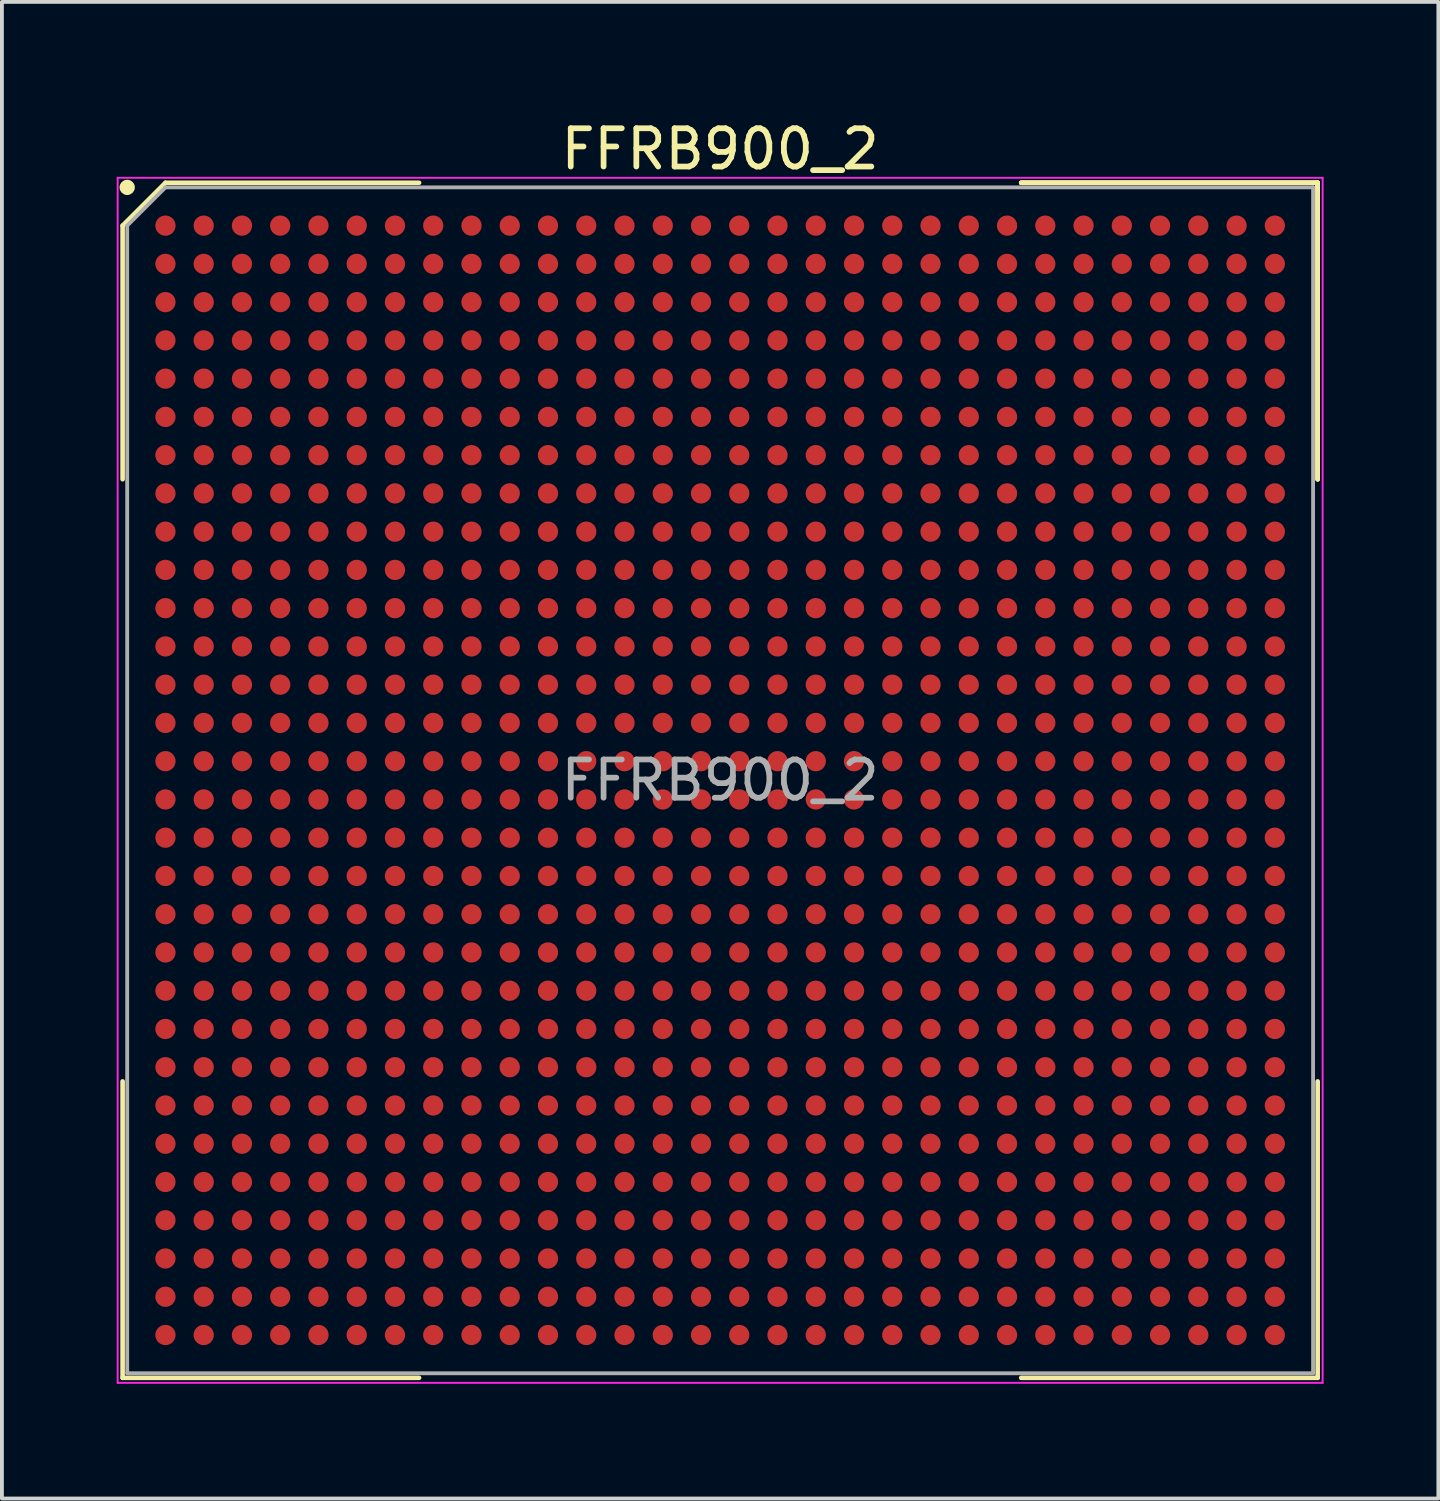
<source format=kicad_pcb>
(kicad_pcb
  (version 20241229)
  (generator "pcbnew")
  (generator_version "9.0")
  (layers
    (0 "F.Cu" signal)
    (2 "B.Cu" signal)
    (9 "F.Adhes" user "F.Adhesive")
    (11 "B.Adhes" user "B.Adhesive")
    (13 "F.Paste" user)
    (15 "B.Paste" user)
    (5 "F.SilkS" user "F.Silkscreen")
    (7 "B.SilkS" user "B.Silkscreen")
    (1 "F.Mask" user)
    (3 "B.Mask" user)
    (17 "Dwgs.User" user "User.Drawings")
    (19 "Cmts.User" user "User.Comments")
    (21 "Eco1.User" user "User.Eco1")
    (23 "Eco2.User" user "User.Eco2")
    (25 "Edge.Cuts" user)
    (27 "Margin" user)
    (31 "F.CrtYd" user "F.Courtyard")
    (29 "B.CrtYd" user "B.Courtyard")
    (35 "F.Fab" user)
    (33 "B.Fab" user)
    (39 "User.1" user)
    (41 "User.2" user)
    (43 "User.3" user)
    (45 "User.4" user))
  (footprint "FFRB900_2"
    (layer "F.Cu")
    (at 15.775 17.348)
    (property "Reference" "FFRB900_2" (at 0 -16.5 0) (layer "F.SilkS") (effects (font (size 1 1) (thickness 0.15))))
    (attr smd)
    (fp_line (start -15.62 -14.5) (end -15.62 -7.87) (stroke (width 0.12) (type solid)) (layer "F.SilkS"))
    (fp_line (start -15.62 15.62) (end -15.62 7.87) (stroke (width 0.12) (type solid)) (layer "F.SilkS"))
    (fp_line (start -14.5 -15.62) (end -15.62 -14.5) (stroke (width 0.12) (type solid)) (layer "F.SilkS"))
    (fp_line (start -7.87 -15.62) (end -14.5 -15.62) (stroke (width 0.12) (type solid)) (layer "F.SilkS"))
    (fp_line (start -7.87 15.62) (end -15.62 15.62) (stroke (width 0.12) (type solid)) (layer "F.SilkS"))
    (fp_line (start 7.87 -15.62) (end 15.62 -15.62) (stroke (width 0.12) (type solid)) (layer "F.SilkS"))
    (fp_line (start 7.87 -15.62) (end 15.62 -15.62) (stroke (width 0.12) (type solid)) (layer "F.SilkS"))
    (fp_line (start 7.87 -15.62) (end 15.62 -15.62) (stroke (width 0.12) (type solid)) (layer "F.SilkS"))
    (fp_line (start 7.87 15.62) (end 15.62 15.62) (stroke (width 0.12) (type solid)) (layer "F.SilkS"))
    (fp_line (start 15.62 -15.62) (end 15.62 -7.87) (stroke (width 0.12) (type solid)) (layer "F.SilkS"))
    (fp_line (start 15.62 -15.62) (end 15.62 -7.87) (stroke (width 0.12) (type solid)) (layer "F.SilkS"))
    (fp_line (start 15.62 -15.62) (end 15.62 -7.87) (stroke (width 0.12) (type solid)) (layer "F.SilkS"))
    (fp_line (start 15.62 15.62) (end 15.62 7.87) (stroke (width 0.12) (type solid)) (layer "F.SilkS"))
    (fp_circle (center -15.5 -15.5) (end -15.5 -15.4) (stroke (width 0.2) (type solid)) (fill no) (layer "F.SilkS"))
    (fp_line (start -15.75 -15.75) (end 15.75 -15.75) (stroke (width 0.05) (type solid)) (layer "F.CrtYd"))
    (fp_line (start -15.75 15.75) (end -15.75 -15.75) (stroke (width 0.05) (type solid)) (layer "F.CrtYd"))
    (fp_line (start 15.75 -15.75) (end 15.75 15.75) (stroke (width 0.05) (type solid)) (layer "F.CrtYd"))
    (fp_line (start 15.75 15.75) (end -15.75 15.75) (stroke (width 0.05) (type solid)) (layer "F.CrtYd"))
    (fp_line (start -15.5 -14.5) (end -15.5 15.5) (stroke (width 0.1) (type solid)) (layer "F.Fab"))
    (fp_line (start -15.5 15.5) (end 15.5 15.5) (stroke (width 0.1) (type solid)) (layer "F.Fab"))
    (fp_line (start -14.5 -15.5) (end -15.5 -14.5) (stroke (width 0.1) (type solid)) (layer "F.Fab"))
    (fp_line (start 15.5 -15.5) (end -14.5 -15.5) (stroke (width 0.1) (type solid)) (layer "F.Fab"))
    (fp_line (start 15.5 15.5) (end 15.5 -15.5) (stroke (width 0.1) (type solid)) (layer "F.Fab"))
    (fp_text user "${REFERENCE}" (at 0 0 0) (layer "F.Fab") (effects (font (size 1 1) (thickness 0.15))))
    (pad "A1" smd circle (at -14.5 -14.5) (size 0.53 0.53) (layers "F.Cu" "F.Mask" "F.Paste"))
    (pad "A2" smd circle (at -13.5 -14.5) (size 0.53 0.53) (layers "F.Cu" "F.Mask" "F.Paste"))
    (pad "A3" smd circle (at -12.5 -14.5) (size 0.53 0.53) (layers "F.Cu" "F.Mask" "F.Paste"))
    (pad "A4" smd circle (at -11.5 -14.5) (size 0.53 0.53) (layers "F.Cu" "F.Mask" "F.Paste"))
    (pad "A5" smd circle (at -10.5 -14.5) (size 0.53 0.53) (layers "F.Cu" "F.Mask" "F.Paste"))
    (pad "A6" smd circle (at -9.5 -14.5) (size 0.53 0.53) (layers "F.Cu" "F.Mask" "F.Paste"))
    (pad "A7" smd circle (at -8.5 -14.5) (size 0.53 0.53) (layers "F.Cu" "F.Mask" "F.Paste"))
    (pad "A8" smd circle (at -7.5 -14.5) (size 0.53 0.53) (layers "F.Cu" "F.Mask" "F.Paste"))
    (pad "A9" smd circle (at -6.5 -14.5) (size 0.53 0.53) (layers "F.Cu" "F.Mask" "F.Paste"))
    (pad "A10" smd circle (at -5.5 -14.5) (size 0.53 0.53) (layers "F.Cu" "F.Mask" "F.Paste"))
    (pad "A11" smd circle (at -4.5 -14.5) (size 0.53 0.53) (layers "F.Cu" "F.Mask" "F.Paste"))
    (pad "A12" smd circle (at -3.5 -14.5) (size 0.53 0.53) (layers "F.Cu" "F.Mask" "F.Paste"))
    (pad "A13" smd circle (at -2.5 -14.5) (size 0.53 0.53) (layers "F.Cu" "F.Mask" "F.Paste"))
    (pad "A14" smd circle (at -1.5 -14.5) (size 0.53 0.53) (layers "F.Cu" "F.Mask" "F.Paste"))
    (pad "A15" smd circle (at -0.5 -14.5) (size 0.53 0.53) (layers "F.Cu" "F.Mask" "F.Paste"))
    (pad "A16" smd circle (at 0.5 -14.5) (size 0.53 0.53) (layers "F.Cu" "F.Mask" "F.Paste"))
    (pad "A17" smd circle (at 1.5 -14.5) (size 0.53 0.53) (layers "F.Cu" "F.Mask" "F.Paste"))
    (pad "A18" smd circle (at 2.5 -14.5) (size 0.53 0.53) (layers "F.Cu" "F.Mask" "F.Paste"))
    (pad "A19" smd circle (at 3.5 -14.5) (size 0.53 0.53) (layers "F.Cu" "F.Mask" "F.Paste"))
    (pad "A20" smd circle (at 4.5 -14.5) (size 0.53 0.53) (layers "F.Cu" "F.Mask" "F.Paste"))
    (pad "A21" smd circle (at 5.5 -14.5) (size 0.53 0.53) (layers "F.Cu" "F.Mask" "F.Paste"))
    (pad "A22" smd circle (at 6.5 -14.5) (size 0.53 0.53) (layers "F.Cu" "F.Mask" "F.Paste"))
    (pad "A23" smd circle (at 7.5 -14.5) (size 0.53 0.53) (layers "F.Cu" "F.Mask" "F.Paste"))
    (pad "A24" smd circle (at 8.5 -14.5) (size 0.53 0.53) (layers "F.Cu" "F.Mask" "F.Paste"))
    (pad "A25" smd circle (at 9.5 -14.5) (size 0.53 0.53) (layers "F.Cu" "F.Mask" "F.Paste"))
    (pad "A26" smd circle (at 10.5 -14.5) (size 0.53 0.53) (layers "F.Cu" "F.Mask" "F.Paste"))
    (pad "A27" smd circle (at 11.5 -14.5) (size 0.53 0.53) (layers "F.Cu" "F.Mask" "F.Paste"))
    (pad "A28" smd circle (at 12.5 -14.5) (size 0.53 0.53) (layers "F.Cu" "F.Mask" "F.Paste"))
    (pad "A29" smd circle (at 13.5 -14.5) (size 0.53 0.53) (layers "F.Cu" "F.Mask" "F.Paste"))
    (pad "A30" smd circle (at 14.5 -14.5) (size 0.53 0.53) (layers "F.Cu" "F.Mask" "F.Paste"))
    (pad "AA1" smd circle (at -14.5 5.5) (size 0.53 0.53) (layers "F.Cu" "F.Mask" "F.Paste"))
    (pad "AA2" smd circle (at -13.5 5.5) (size 0.53 0.53) (layers "F.Cu" "F.Mask" "F.Paste"))
    (pad "AA3" smd circle (at -12.5 5.5) (size 0.53 0.53) (layers "F.Cu" "F.Mask" "F.Paste"))
    (pad "AA4" smd circle (at -11.5 5.5) (size 0.53 0.53) (layers "F.Cu" "F.Mask" "F.Paste"))
    (pad "AA5" smd circle (at -10.5 5.5) (size 0.53 0.53) (layers "F.Cu" "F.Mask" "F.Paste"))
    (pad "AA6" smd circle (at -9.5 5.5) (size 0.53 0.53) (layers "F.Cu" "F.Mask" "F.Paste"))
    (pad "AA7" smd circle (at -8.5 5.5) (size 0.53 0.53) (layers "F.Cu" "F.Mask" "F.Paste"))
    (pad "AA8" smd circle (at -7.5 5.5) (size 0.53 0.53) (layers "F.Cu" "F.Mask" "F.Paste"))
    (pad "AA9" smd circle (at -6.5 5.5) (size 0.53 0.53) (layers "F.Cu" "F.Mask" "F.Paste"))
    (pad "AA10" smd circle (at -5.5 5.5) (size 0.53 0.53) (layers "F.Cu" "F.Mask" "F.Paste"))
    (pad "AA11" smd circle (at -4.5 5.5) (size 0.53 0.53) (layers "F.Cu" "F.Mask" "F.Paste"))
    (pad "AA12" smd circle (at -3.5 5.5) (size 0.53 0.53) (layers "F.Cu" "F.Mask" "F.Paste"))
    (pad "AA13" smd circle (at -2.5 5.5) (size 0.53 0.53) (layers "F.Cu" "F.Mask" "F.Paste"))
    (pad "AA14" smd circle (at -1.5 5.5) (size 0.53 0.53) (layers "F.Cu" "F.Mask" "F.Paste"))
    (pad "AA15" smd circle (at -0.5 5.5) (size 0.53 0.53) (layers "F.Cu" "F.Mask" "F.Paste"))
    (pad "AA16" smd circle (at 0.5 5.5) (size 0.53 0.53) (layers "F.Cu" "F.Mask" "F.Paste"))
    (pad "AA17" smd circle (at 1.5 5.5) (size 0.53 0.53) (layers "F.Cu" "F.Mask" "F.Paste"))
    (pad "AA18" smd circle (at 2.5 5.5) (size 0.53 0.53) (layers "F.Cu" "F.Mask" "F.Paste"))
    (pad "AA19" smd circle (at 3.5 5.5) (size 0.53 0.53) (layers "F.Cu" "F.Mask" "F.Paste"))
    (pad "AA20" smd circle (at 4.5 5.5) (size 0.53 0.53) (layers "F.Cu" "F.Mask" "F.Paste"))
    (pad "AA21" smd circle (at 5.5 5.5) (size 0.53 0.53) (layers "F.Cu" "F.Mask" "F.Paste"))
    (pad "AA22" smd circle (at 6.5 5.5) (size 0.53 0.53) (layers "F.Cu" "F.Mask" "F.Paste"))
    (pad "AA23" smd circle (at 7.5 5.5) (size 0.53 0.53) (layers "F.Cu" "F.Mask" "F.Paste"))
    (pad "AA24" smd circle (at 8.5 5.5) (size 0.53 0.53) (layers "F.Cu" "F.Mask" "F.Paste"))
    (pad "AA25" smd circle (at 9.5 5.5) (size 0.53 0.53) (layers "F.Cu" "F.Mask" "F.Paste"))
    (pad "AA26" smd circle (at 10.5 5.5) (size 0.53 0.53) (layers "F.Cu" "F.Mask" "F.Paste"))
    (pad "AA27" smd circle (at 11.5 5.5) (size 0.53 0.53) (layers "F.Cu" "F.Mask" "F.Paste"))
    (pad "AA28" smd circle (at 12.5 5.5) (size 0.53 0.53) (layers "F.Cu" "F.Mask" "F.Paste"))
    (pad "AA29" smd circle (at 13.5 5.5) (size 0.53 0.53) (layers "F.Cu" "F.Mask" "F.Paste"))
    (pad "AA30" smd circle (at 14.5 5.5) (size 0.53 0.53) (layers "F.Cu" "F.Mask" "F.Paste"))
    (pad "AB1" smd circle (at -14.5 6.5) (size 0.53 0.53) (layers "F.Cu" "F.Mask" "F.Paste"))
    (pad "AB2" smd circle (at -13.5 6.5) (size 0.53 0.53) (layers "F.Cu" "F.Mask" "F.Paste"))
    (pad "AB3" smd circle (at -12.5 6.5) (size 0.53 0.53) (layers "F.Cu" "F.Mask" "F.Paste"))
    (pad "AB4" smd circle (at -11.5 6.5) (size 0.53 0.53) (layers "F.Cu" "F.Mask" "F.Paste"))
    (pad "AB5" smd circle (at -10.5 6.5) (size 0.53 0.53) (layers "F.Cu" "F.Mask" "F.Paste"))
    (pad "AB6" smd circle (at -9.5 6.5) (size 0.53 0.53) (layers "F.Cu" "F.Mask" "F.Paste"))
    (pad "AB7" smd circle (at -8.5 6.5) (size 0.53 0.53) (layers "F.Cu" "F.Mask" "F.Paste"))
    (pad "AB8" smd circle (at -7.5 6.5) (size 0.53 0.53) (layers "F.Cu" "F.Mask" "F.Paste"))
    (pad "AB9" smd circle (at -6.5 6.5) (size 0.53 0.53) (layers "F.Cu" "F.Mask" "F.Paste"))
    (pad "AB10" smd circle (at -5.5 6.5) (size 0.53 0.53) (layers "F.Cu" "F.Mask" "F.Paste"))
    (pad "AB11" smd circle (at -4.5 6.5) (size 0.53 0.53) (layers "F.Cu" "F.Mask" "F.Paste"))
    (pad "AB12" smd circle (at -3.5 6.5) (size 0.53 0.53) (layers "F.Cu" "F.Mask" "F.Paste"))
    (pad "AB13" smd circle (at -2.5 6.5) (size 0.53 0.53) (layers "F.Cu" "F.Mask" "F.Paste"))
    (pad "AB14" smd circle (at -1.5 6.5) (size 0.53 0.53) (layers "F.Cu" "F.Mask" "F.Paste"))
    (pad "AB15" smd circle (at -0.5 6.5) (size 0.53 0.53) (layers "F.Cu" "F.Mask" "F.Paste"))
    (pad "AB16" smd circle (at 0.5 6.5) (size 0.53 0.53) (layers "F.Cu" "F.Mask" "F.Paste"))
    (pad "AB17" smd circle (at 1.5 6.5) (size 0.53 0.53) (layers "F.Cu" "F.Mask" "F.Paste"))
    (pad "AB18" smd circle (at 2.5 6.5) (size 0.53 0.53) (layers "F.Cu" "F.Mask" "F.Paste"))
    (pad "AB19" smd circle (at 3.5 6.5) (size 0.53 0.53) (layers "F.Cu" "F.Mask" "F.Paste"))
    (pad "AB20" smd circle (at 4.5 6.5) (size 0.53 0.53) (layers "F.Cu" "F.Mask" "F.Paste"))
    (pad "AB21" smd circle (at 5.5 6.5) (size 0.53 0.53) (layers "F.Cu" "F.Mask" "F.Paste"))
    (pad "AB22" smd circle (at 6.5 6.5) (size 0.53 0.53) (layers "F.Cu" "F.Mask" "F.Paste"))
    (pad "AB23" smd circle (at 7.5 6.5) (size 0.53 0.53) (layers "F.Cu" "F.Mask" "F.Paste"))
    (pad "AB24" smd circle (at 8.5 6.5) (size 0.53 0.53) (layers "F.Cu" "F.Mask" "F.Paste"))
    (pad "AB25" smd circle (at 9.5 6.5) (size 0.53 0.53) (layers "F.Cu" "F.Mask" "F.Paste"))
    (pad "AB26" smd circle (at 10.5 6.5) (size 0.53 0.53) (layers "F.Cu" "F.Mask" "F.Paste"))
    (pad "AB27" smd circle (at 11.5 6.5) (size 0.53 0.53) (layers "F.Cu" "F.Mask" "F.Paste"))
    (pad "AB28" smd circle (at 12.5 6.5) (size 0.53 0.53) (layers "F.Cu" "F.Mask" "F.Paste"))
    (pad "AB29" smd circle (at 13.5 6.5) (size 0.53 0.53) (layers "F.Cu" "F.Mask" "F.Paste"))
    (pad "AB30" smd circle (at 14.5 6.5) (size 0.53 0.53) (layers "F.Cu" "F.Mask" "F.Paste"))
    (pad "AC1" smd circle (at -14.5 7.5) (size 0.53 0.53) (layers "F.Cu" "F.Mask" "F.Paste"))
    (pad "AC2" smd circle (at -13.5 7.5) (size 0.53 0.53) (layers "F.Cu" "F.Mask" "F.Paste"))
    (pad "AC3" smd circle (at -12.5 7.5) (size 0.53 0.53) (layers "F.Cu" "F.Mask" "F.Paste"))
    (pad "AC4" smd circle (at -11.5 7.5) (size 0.53 0.53) (layers "F.Cu" "F.Mask" "F.Paste"))
    (pad "AC5" smd circle (at -10.5 7.5) (size 0.53 0.53) (layers "F.Cu" "F.Mask" "F.Paste"))
    (pad "AC6" smd circle (at -9.5 7.5) (size 0.53 0.53) (layers "F.Cu" "F.Mask" "F.Paste"))
    (pad "AC7" smd circle (at -8.5 7.5) (size 0.53 0.53) (layers "F.Cu" "F.Mask" "F.Paste"))
    (pad "AC8" smd circle (at -7.5 7.5) (size 0.53 0.53) (layers "F.Cu" "F.Mask" "F.Paste"))
    (pad "AC9" smd circle (at -6.5 7.5) (size 0.53 0.53) (layers "F.Cu" "F.Mask" "F.Paste"))
    (pad "AC10" smd circle (at -5.5 7.5) (size 0.53 0.53) (layers "F.Cu" "F.Mask" "F.Paste"))
    (pad "AC11" smd circle (at -4.5 7.5) (size 0.53 0.53) (layers "F.Cu" "F.Mask" "F.Paste"))
    (pad "AC12" smd circle (at -3.5 7.5) (size 0.53 0.53) (layers "F.Cu" "F.Mask" "F.Paste"))
    (pad "AC13" smd circle (at -2.5 7.5) (size 0.53 0.53) (layers "F.Cu" "F.Mask" "F.Paste"))
    (pad "AC14" smd circle (at -1.5 7.5) (size 0.53 0.53) (layers "F.Cu" "F.Mask" "F.Paste"))
    (pad "AC15" smd circle (at -0.5 7.5) (size 0.53 0.53) (layers "F.Cu" "F.Mask" "F.Paste"))
    (pad "AC16" smd circle (at 0.5 7.5) (size 0.53 0.53) (layers "F.Cu" "F.Mask" "F.Paste"))
    (pad "AC17" smd circle (at 1.5 7.5) (size 0.53 0.53) (layers "F.Cu" "F.Mask" "F.Paste"))
    (pad "AC18" smd circle (at 2.5 7.5) (size 0.53 0.53) (layers "F.Cu" "F.Mask" "F.Paste"))
    (pad "AC19" smd circle (at 3.5 7.5) (size 0.53 0.53) (layers "F.Cu" "F.Mask" "F.Paste"))
    (pad "AC20" smd circle (at 4.5 7.5) (size 0.53 0.53) (layers "F.Cu" "F.Mask" "F.Paste"))
    (pad "AC21" smd circle (at 5.5 7.5) (size 0.53 0.53) (layers "F.Cu" "F.Mask" "F.Paste"))
    (pad "AC22" smd circle (at 6.5 7.5) (size 0.53 0.53) (layers "F.Cu" "F.Mask" "F.Paste"))
    (pad "AC23" smd circle (at 7.5 7.5) (size 0.53 0.53) (layers "F.Cu" "F.Mask" "F.Paste"))
    (pad "AC24" smd circle (at 8.5 7.5) (size 0.53 0.53) (layers "F.Cu" "F.Mask" "F.Paste"))
    (pad "AC25" smd circle (at 9.5 7.5) (size 0.53 0.53) (layers "F.Cu" "F.Mask" "F.Paste"))
    (pad "AC26" smd circle (at 10.5 7.5) (size 0.53 0.53) (layers "F.Cu" "F.Mask" "F.Paste"))
    (pad "AC27" smd circle (at 11.5 7.5) (size 0.53 0.53) (layers "F.Cu" "F.Mask" "F.Paste"))
    (pad "AC28" smd circle (at 12.5 7.5) (size 0.53 0.53) (layers "F.Cu" "F.Mask" "F.Paste"))
    (pad "AC29" smd circle (at 13.5 7.5) (size 0.53 0.53) (layers "F.Cu" "F.Mask" "F.Paste"))
    (pad "AC30" smd circle (at 14.5 7.5) (size 0.53 0.53) (layers "F.Cu" "F.Mask" "F.Paste"))
    (pad "AD1" smd circle (at -14.5 8.5) (size 0.53 0.53) (layers "F.Cu" "F.Mask" "F.Paste"))
    (pad "AD2" smd circle (at -13.5 8.5) (size 0.53 0.53) (layers "F.Cu" "F.Mask" "F.Paste"))
    (pad "AD3" smd circle (at -12.5 8.5) (size 0.53 0.53) (layers "F.Cu" "F.Mask" "F.Paste"))
    (pad "AD4" smd circle (at -11.5 8.5) (size 0.53 0.53) (layers "F.Cu" "F.Mask" "F.Paste"))
    (pad "AD5" smd circle (at -10.5 8.5) (size 0.53 0.53) (layers "F.Cu" "F.Mask" "F.Paste"))
    (pad "AD6" smd circle (at -9.5 8.5) (size 0.53 0.53) (layers "F.Cu" "F.Mask" "F.Paste"))
    (pad "AD7" smd circle (at -8.5 8.5) (size 0.53 0.53) (layers "F.Cu" "F.Mask" "F.Paste"))
    (pad "AD8" smd circle (at -7.5 8.5) (size 0.53 0.53) (layers "F.Cu" "F.Mask" "F.Paste"))
    (pad "AD9" smd circle (at -6.5 8.5) (size 0.53 0.53) (layers "F.Cu" "F.Mask" "F.Paste"))
    (pad "AD10" smd circle (at -5.5 8.5) (size 0.53 0.53) (layers "F.Cu" "F.Mask" "F.Paste"))
    (pad "AD11" smd circle (at -4.5 8.5) (size 0.53 0.53) (layers "F.Cu" "F.Mask" "F.Paste"))
    (pad "AD12" smd circle (at -3.5 8.5) (size 0.53 0.53) (layers "F.Cu" "F.Mask" "F.Paste"))
    (pad "AD13" smd circle (at -2.5 8.5) (size 0.53 0.53) (layers "F.Cu" "F.Mask" "F.Paste"))
    (pad "AD14" smd circle (at -1.5 8.5) (size 0.53 0.53) (layers "F.Cu" "F.Mask" "F.Paste"))
    (pad "AD15" smd circle (at -0.5 8.5) (size 0.53 0.53) (layers "F.Cu" "F.Mask" "F.Paste"))
    (pad "AD16" smd circle (at 0.5 8.5) (size 0.53 0.53) (layers "F.Cu" "F.Mask" "F.Paste"))
    (pad "AD17" smd circle (at 1.5 8.5) (size 0.53 0.53) (layers "F.Cu" "F.Mask" "F.Paste"))
    (pad "AD18" smd circle (at 2.5 8.5) (size 0.53 0.53) (layers "F.Cu" "F.Mask" "F.Paste"))
    (pad "AD19" smd circle (at 3.5 8.5) (size 0.53 0.53) (layers "F.Cu" "F.Mask" "F.Paste"))
    (pad "AD20" smd circle (at 4.5 8.5) (size 0.53 0.53) (layers "F.Cu" "F.Mask" "F.Paste"))
    (pad "AD21" smd circle (at 5.5 8.5) (size 0.53 0.53) (layers "F.Cu" "F.Mask" "F.Paste"))
    (pad "AD22" smd circle (at 6.5 8.5) (size 0.53 0.53) (layers "F.Cu" "F.Mask" "F.Paste"))
    (pad "AD23" smd circle (at 7.5 8.5) (size 0.53 0.53) (layers "F.Cu" "F.Mask" "F.Paste"))
    (pad "AD24" smd circle (at 8.5 8.5) (size 0.53 0.53) (layers "F.Cu" "F.Mask" "F.Paste"))
    (pad "AD25" smd circle (at 9.5 8.5) (size 0.53 0.53) (layers "F.Cu" "F.Mask" "F.Paste"))
    (pad "AD26" smd circle (at 10.5 8.5) (size 0.53 0.53) (layers "F.Cu" "F.Mask" "F.Paste"))
    (pad "AD27" smd circle (at 11.5 8.5) (size 0.53 0.53) (layers "F.Cu" "F.Mask" "F.Paste"))
    (pad "AD28" smd circle (at 12.5 8.5) (size 0.53 0.53) (layers "F.Cu" "F.Mask" "F.Paste"))
    (pad "AD29" smd circle (at 13.5 8.5) (size 0.53 0.53) (layers "F.Cu" "F.Mask" "F.Paste"))
    (pad "AD30" smd circle (at 14.5 8.5) (size 0.53 0.53) (layers "F.Cu" "F.Mask" "F.Paste"))
    (pad "AE1" smd circle (at -14.5 9.5) (size 0.53 0.53) (layers "F.Cu" "F.Mask" "F.Paste"))
    (pad "AE2" smd circle (at -13.5 9.5) (size 0.53 0.53) (layers "F.Cu" "F.Mask" "F.Paste"))
    (pad "AE3" smd circle (at -12.5 9.5) (size 0.53 0.53) (layers "F.Cu" "F.Mask" "F.Paste"))
    (pad "AE4" smd circle (at -11.5 9.5) (size 0.53 0.53) (layers "F.Cu" "F.Mask" "F.Paste"))
    (pad "AE5" smd circle (at -10.5 9.5) (size 0.53 0.53) (layers "F.Cu" "F.Mask" "F.Paste"))
    (pad "AE6" smd circle (at -9.5 9.5) (size 0.53 0.53) (layers "F.Cu" "F.Mask" "F.Paste"))
    (pad "AE7" smd circle (at -8.5 9.5) (size 0.53 0.53) (layers "F.Cu" "F.Mask" "F.Paste"))
    (pad "AE8" smd circle (at -7.5 9.5) (size 0.53 0.53) (layers "F.Cu" "F.Mask" "F.Paste"))
    (pad "AE9" smd circle (at -6.5 9.5) (size 0.53 0.53) (layers "F.Cu" "F.Mask" "F.Paste"))
    (pad "AE10" smd circle (at -5.5 9.5) (size 0.53 0.53) (layers "F.Cu" "F.Mask" "F.Paste"))
    (pad "AE11" smd circle (at -4.5 9.5) (size 0.53 0.53) (layers "F.Cu" "F.Mask" "F.Paste"))
    (pad "AE12" smd circle (at -3.5 9.5) (size 0.53 0.53) (layers "F.Cu" "F.Mask" "F.Paste"))
    (pad "AE13" smd circle (at -2.5 9.5) (size 0.53 0.53) (layers "F.Cu" "F.Mask" "F.Paste"))
    (pad "AE14" smd circle (at -1.5 9.5) (size 0.53 0.53) (layers "F.Cu" "F.Mask" "F.Paste"))
    (pad "AE15" smd circle (at -0.5 9.5) (size 0.53 0.53) (layers "F.Cu" "F.Mask" "F.Paste"))
    (pad "AE16" smd circle (at 0.5 9.5) (size 0.53 0.53) (layers "F.Cu" "F.Mask" "F.Paste"))
    (pad "AE17" smd circle (at 1.5 9.5) (size 0.53 0.53) (layers "F.Cu" "F.Mask" "F.Paste"))
    (pad "AE18" smd circle (at 2.5 9.5) (size 0.53 0.53) (layers "F.Cu" "F.Mask" "F.Paste"))
    (pad "AE19" smd circle (at 3.5 9.5) (size 0.53 0.53) (layers "F.Cu" "F.Mask" "F.Paste"))
    (pad "AE20" smd circle (at 4.5 9.5) (size 0.53 0.53) (layers "F.Cu" "F.Mask" "F.Paste"))
    (pad "AE21" smd circle (at 5.5 9.5) (size 0.53 0.53) (layers "F.Cu" "F.Mask" "F.Paste"))
    (pad "AE22" smd circle (at 6.5 9.5) (size 0.53 0.53) (layers "F.Cu" "F.Mask" "F.Paste"))
    (pad "AE23" smd circle (at 7.5 9.5) (size 0.53 0.53) (layers "F.Cu" "F.Mask" "F.Paste"))
    (pad "AE24" smd circle (at 8.5 9.5) (size 0.53 0.53) (layers "F.Cu" "F.Mask" "F.Paste"))
    (pad "AE25" smd circle (at 9.5 9.5) (size 0.53 0.53) (layers "F.Cu" "F.Mask" "F.Paste"))
    (pad "AE26" smd circle (at 10.5 9.5) (size 0.53 0.53) (layers "F.Cu" "F.Mask" "F.Paste"))
    (pad "AE27" smd circle (at 11.5 9.5) (size 0.53 0.53) (layers "F.Cu" "F.Mask" "F.Paste"))
    (pad "AE28" smd circle (at 12.5 9.5) (size 0.53 0.53) (layers "F.Cu" "F.Mask" "F.Paste"))
    (pad "AE29" smd circle (at 13.5 9.5) (size 0.53 0.53) (layers "F.Cu" "F.Mask" "F.Paste"))
    (pad "AE30" smd circle (at 14.5 9.5) (size 0.53 0.53) (layers "F.Cu" "F.Mask" "F.Paste"))
    (pad "AF1" smd circle (at -14.5 10.5) (size 0.53 0.53) (layers "F.Cu" "F.Mask" "F.Paste"))
    (pad "AF2" smd circle (at -13.5 10.5) (size 0.53 0.53) (layers "F.Cu" "F.Mask" "F.Paste"))
    (pad "AF3" smd circle (at -12.5 10.5) (size 0.53 0.53) (layers "F.Cu" "F.Mask" "F.Paste"))
    (pad "AF4" smd circle (at -11.5 10.5) (size 0.53 0.53) (layers "F.Cu" "F.Mask" "F.Paste"))
    (pad "AF5" smd circle (at -10.5 10.5) (size 0.53 0.53) (layers "F.Cu" "F.Mask" "F.Paste"))
    (pad "AF6" smd circle (at -9.5 10.5) (size 0.53 0.53) (layers "F.Cu" "F.Mask" "F.Paste"))
    (pad "AF7" smd circle (at -8.5 10.5) (size 0.53 0.53) (layers "F.Cu" "F.Mask" "F.Paste"))
    (pad "AF8" smd circle (at -7.5 10.5) (size 0.53 0.53) (layers "F.Cu" "F.Mask" "F.Paste"))
    (pad "AF9" smd circle (at -6.5 10.5) (size 0.53 0.53) (layers "F.Cu" "F.Mask" "F.Paste"))
    (pad "AF10" smd circle (at -5.5 10.5) (size 0.53 0.53) (layers "F.Cu" "F.Mask" "F.Paste"))
    (pad "AF11" smd circle (at -4.5 10.5) (size 0.53 0.53) (layers "F.Cu" "F.Mask" "F.Paste"))
    (pad "AF12" smd circle (at -3.5 10.5) (size 0.53 0.53) (layers "F.Cu" "F.Mask" "F.Paste"))
    (pad "AF13" smd circle (at -2.5 10.5) (size 0.53 0.53) (layers "F.Cu" "F.Mask" "F.Paste"))
    (pad "AF14" smd circle (at -1.5 10.5) (size 0.53 0.53) (layers "F.Cu" "F.Mask" "F.Paste"))
    (pad "AF15" smd circle (at -0.5 10.5) (size 0.53 0.53) (layers "F.Cu" "F.Mask" "F.Paste"))
    (pad "AF16" smd circle (at 0.5 10.5) (size 0.53 0.53) (layers "F.Cu" "F.Mask" "F.Paste"))
    (pad "AF17" smd circle (at 1.5 10.5) (size 0.53 0.53) (layers "F.Cu" "F.Mask" "F.Paste"))
    (pad "AF18" smd circle (at 2.5 10.5) (size 0.53 0.53) (layers "F.Cu" "F.Mask" "F.Paste"))
    (pad "AF19" smd circle (at 3.5 10.5) (size 0.53 0.53) (layers "F.Cu" "F.Mask" "F.Paste"))
    (pad "AF20" smd circle (at 4.5 10.5) (size 0.53 0.53) (layers "F.Cu" "F.Mask" "F.Paste"))
    (pad "AF21" smd circle (at 5.5 10.5) (size 0.53 0.53) (layers "F.Cu" "F.Mask" "F.Paste"))
    (pad "AF22" smd circle (at 6.5 10.5) (size 0.53 0.53) (layers "F.Cu" "F.Mask" "F.Paste"))
    (pad "AF23" smd circle (at 7.5 10.5) (size 0.53 0.53) (layers "F.Cu" "F.Mask" "F.Paste"))
    (pad "AF24" smd circle (at 8.5 10.5) (size 0.53 0.53) (layers "F.Cu" "F.Mask" "F.Paste"))
    (pad "AF25" smd circle (at 9.5 10.5) (size 0.53 0.53) (layers "F.Cu" "F.Mask" "F.Paste"))
    (pad "AF26" smd circle (at 10.5 10.5) (size 0.53 0.53) (layers "F.Cu" "F.Mask" "F.Paste"))
    (pad "AF27" smd circle (at 11.5 10.5) (size 0.53 0.53) (layers "F.Cu" "F.Mask" "F.Paste"))
    (pad "AF28" smd circle (at 12.5 10.5) (size 0.53 0.53) (layers "F.Cu" "F.Mask" "F.Paste"))
    (pad "AF29" smd circle (at 13.5 10.5) (size 0.53 0.53) (layers "F.Cu" "F.Mask" "F.Paste"))
    (pad "AF30" smd circle (at 14.5 10.5) (size 0.53 0.53) (layers "F.Cu" "F.Mask" "F.Paste"))
    (pad "AG1" smd circle (at -14.5 11.5) (size 0.53 0.53) (layers "F.Cu" "F.Mask" "F.Paste"))
    (pad "AG2" smd circle (at -13.5 11.5) (size 0.53 0.53) (layers "F.Cu" "F.Mask" "F.Paste"))
    (pad "AG3" smd circle (at -12.5 11.5) (size 0.53 0.53) (layers "F.Cu" "F.Mask" "F.Paste"))
    (pad "AG4" smd circle (at -11.5 11.5) (size 0.53 0.53) (layers "F.Cu" "F.Mask" "F.Paste"))
    (pad "AG5" smd circle (at -10.5 11.5) (size 0.53 0.53) (layers "F.Cu" "F.Mask" "F.Paste"))
    (pad "AG6" smd circle (at -9.5 11.5) (size 0.53 0.53) (layers "F.Cu" "F.Mask" "F.Paste"))
    (pad "AG7" smd circle (at -8.5 11.5) (size 0.53 0.53) (layers "F.Cu" "F.Mask" "F.Paste"))
    (pad "AG8" smd circle (at -7.5 11.5) (size 0.53 0.53) (layers "F.Cu" "F.Mask" "F.Paste"))
    (pad "AG9" smd circle (at -6.5 11.5) (size 0.53 0.53) (layers "F.Cu" "F.Mask" "F.Paste"))
    (pad "AG10" smd circle (at -5.5 11.5) (size 0.53 0.53) (layers "F.Cu" "F.Mask" "F.Paste"))
    (pad "AG11" smd circle (at -4.5 11.5) (size 0.53 0.53) (layers "F.Cu" "F.Mask" "F.Paste"))
    (pad "AG12" smd circle (at -3.5 11.5) (size 0.53 0.53) (layers "F.Cu" "F.Mask" "F.Paste"))
    (pad "AG13" smd circle (at -2.5 11.5) (size 0.53 0.53) (layers "F.Cu" "F.Mask" "F.Paste"))
    (pad "AG14" smd circle (at -1.5 11.5) (size 0.53 0.53) (layers "F.Cu" "F.Mask" "F.Paste"))
    (pad "AG15" smd circle (at -0.5 11.5) (size 0.53 0.53) (layers "F.Cu" "F.Mask" "F.Paste"))
    (pad "AG16" smd circle (at 0.5 11.5) (size 0.53 0.53) (layers "F.Cu" "F.Mask" "F.Paste"))
    (pad "AG17" smd circle (at 1.5 11.5) (size 0.53 0.53) (layers "F.Cu" "F.Mask" "F.Paste"))
    (pad "AG18" smd circle (at 2.5 11.5) (size 0.53 0.53) (layers "F.Cu" "F.Mask" "F.Paste"))
    (pad "AG19" smd circle (at 3.5 11.5) (size 0.53 0.53) (layers "F.Cu" "F.Mask" "F.Paste"))
    (pad "AG20" smd circle (at 4.5 11.5) (size 0.53 0.53) (layers "F.Cu" "F.Mask" "F.Paste"))
    (pad "AG21" smd circle (at 5.5 11.5) (size 0.53 0.53) (layers "F.Cu" "F.Mask" "F.Paste"))
    (pad "AG22" smd circle (at 6.5 11.5) (size 0.53 0.53) (layers "F.Cu" "F.Mask" "F.Paste"))
    (pad "AG23" smd circle (at 7.5 11.5) (size 0.53 0.53) (layers "F.Cu" "F.Mask" "F.Paste"))
    (pad "AG24" smd circle (at 8.5 11.5) (size 0.53 0.53) (layers "F.Cu" "F.Mask" "F.Paste"))
    (pad "AG25" smd circle (at 9.5 11.5) (size 0.53 0.53) (layers "F.Cu" "F.Mask" "F.Paste"))
    (pad "AG26" smd circle (at 10.5 11.5) (size 0.53 0.53) (layers "F.Cu" "F.Mask" "F.Paste"))
    (pad "AG27" smd circle (at 11.5 11.5) (size 0.53 0.53) (layers "F.Cu" "F.Mask" "F.Paste"))
    (pad "AG28" smd circle (at 12.5 11.5) (size 0.53 0.53) (layers "F.Cu" "F.Mask" "F.Paste"))
    (pad "AG29" smd circle (at 13.5 11.5) (size 0.53 0.53) (layers "F.Cu" "F.Mask" "F.Paste"))
    (pad "AG30" smd circle (at 14.5 11.5) (size 0.53 0.53) (layers "F.Cu" "F.Mask" "F.Paste"))
    (pad "AH1" smd circle (at -14.5 12.5) (size 0.53 0.53) (layers "F.Cu" "F.Mask" "F.Paste"))
    (pad "AH2" smd circle (at -13.5 12.5) (size 0.53 0.53) (layers "F.Cu" "F.Mask" "F.Paste"))
    (pad "AH3" smd circle (at -12.5 12.5) (size 0.53 0.53) (layers "F.Cu" "F.Mask" "F.Paste"))
    (pad "AH4" smd circle (at -11.5 12.5) (size 0.53 0.53) (layers "F.Cu" "F.Mask" "F.Paste"))
    (pad "AH5" smd circle (at -10.5 12.5) (size 0.53 0.53) (layers "F.Cu" "F.Mask" "F.Paste"))
    (pad "AH6" smd circle (at -9.5 12.5) (size 0.53 0.53) (layers "F.Cu" "F.Mask" "F.Paste"))
    (pad "AH7" smd circle (at -8.5 12.5) (size 0.53 0.53) (layers "F.Cu" "F.Mask" "F.Paste"))
    (pad "AH8" smd circle (at -7.5 12.5) (size 0.53 0.53) (layers "F.Cu" "F.Mask" "F.Paste"))
    (pad "AH9" smd circle (at -6.5 12.5) (size 0.53 0.53) (layers "F.Cu" "F.Mask" "F.Paste"))
    (pad "AH10" smd circle (at -5.5 12.5) (size 0.53 0.53) (layers "F.Cu" "F.Mask" "F.Paste"))
    (pad "AH11" smd circle (at -4.5 12.5) (size 0.53 0.53) (layers "F.Cu" "F.Mask" "F.Paste"))
    (pad "AH12" smd circle (at -3.5 12.5) (size 0.53 0.53) (layers "F.Cu" "F.Mask" "F.Paste"))
    (pad "AH13" smd circle (at -2.5 12.5) (size 0.53 0.53) (layers "F.Cu" "F.Mask" "F.Paste"))
    (pad "AH14" smd circle (at -1.5 12.5) (size 0.53 0.53) (layers "F.Cu" "F.Mask" "F.Paste"))
    (pad "AH15" smd circle (at -0.5 12.5) (size 0.53 0.53) (layers "F.Cu" "F.Mask" "F.Paste"))
    (pad "AH16" smd circle (at 0.5 12.5) (size 0.53 0.53) (layers "F.Cu" "F.Mask" "F.Paste"))
    (pad "AH17" smd circle (at 1.5 12.5) (size 0.53 0.53) (layers "F.Cu" "F.Mask" "F.Paste"))
    (pad "AH18" smd circle (at 2.5 12.5) (size 0.53 0.53) (layers "F.Cu" "F.Mask" "F.Paste"))
    (pad "AH19" smd circle (at 3.5 12.5) (size 0.53 0.53) (layers "F.Cu" "F.Mask" "F.Paste"))
    (pad "AH20" smd circle (at 4.5 12.5) (size 0.53 0.53) (layers "F.Cu" "F.Mask" "F.Paste"))
    (pad "AH21" smd circle (at 5.5 12.5) (size 0.53 0.53) (layers "F.Cu" "F.Mask" "F.Paste"))
    (pad "AH22" smd circle (at 6.5 12.5) (size 0.53 0.53) (layers "F.Cu" "F.Mask" "F.Paste"))
    (pad "AH23" smd circle (at 7.5 12.5) (size 0.53 0.53) (layers "F.Cu" "F.Mask" "F.Paste"))
    (pad "AH24" smd circle (at 8.5 12.5) (size 0.53 0.53) (layers "F.Cu" "F.Mask" "F.Paste"))
    (pad "AH25" smd circle (at 9.5 12.5) (size 0.53 0.53) (layers "F.Cu" "F.Mask" "F.Paste"))
    (pad "AH26" smd circle (at 10.5 12.5) (size 0.53 0.53) (layers "F.Cu" "F.Mask" "F.Paste"))
    (pad "AH27" smd circle (at 11.5 12.5) (size 0.53 0.53) (layers "F.Cu" "F.Mask" "F.Paste"))
    (pad "AH28" smd circle (at 12.5 12.5) (size 0.53 0.53) (layers "F.Cu" "F.Mask" "F.Paste"))
    (pad "AH29" smd circle (at 13.5 12.5) (size 0.53 0.53) (layers "F.Cu" "F.Mask" "F.Paste"))
    (pad "AH30" smd circle (at 14.5 12.5) (size 0.53 0.53) (layers "F.Cu" "F.Mask" "F.Paste"))
    (pad "AJ1" smd circle (at -14.5 13.5) (size 0.53 0.53) (layers "F.Cu" "F.Mask" "F.Paste"))
    (pad "AJ2" smd circle (at -13.5 13.5) (size 0.53 0.53) (layers "F.Cu" "F.Mask" "F.Paste"))
    (pad "AJ3" smd circle (at -12.5 13.5) (size 0.53 0.53) (layers "F.Cu" "F.Mask" "F.Paste"))
    (pad "AJ4" smd circle (at -11.5 13.5) (size 0.53 0.53) (layers "F.Cu" "F.Mask" "F.Paste"))
    (pad "AJ5" smd circle (at -10.5 13.5) (size 0.53 0.53) (layers "F.Cu" "F.Mask" "F.Paste"))
    (pad "AJ6" smd circle (at -9.5 13.5) (size 0.53 0.53) (layers "F.Cu" "F.Mask" "F.Paste"))
    (pad "AJ7" smd circle (at -8.5 13.5) (size 0.53 0.53) (layers "F.Cu" "F.Mask" "F.Paste"))
    (pad "AJ8" smd circle (at -7.5 13.5) (size 0.53 0.53) (layers "F.Cu" "F.Mask" "F.Paste"))
    (pad "AJ9" smd circle (at -6.5 13.5) (size 0.53 0.53) (layers "F.Cu" "F.Mask" "F.Paste"))
    (pad "AJ10" smd circle (at -5.5 13.5) (size 0.53 0.53) (layers "F.Cu" "F.Mask" "F.Paste"))
    (pad "AJ11" smd circle (at -4.5 13.5) (size 0.53 0.53) (layers "F.Cu" "F.Mask" "F.Paste"))
    (pad "AJ12" smd circle (at -3.5 13.5) (size 0.53 0.53) (layers "F.Cu" "F.Mask" "F.Paste"))
    (pad "AJ13" smd circle (at -2.5 13.5) (size 0.53 0.53) (layers "F.Cu" "F.Mask" "F.Paste"))
    (pad "AJ14" smd circle (at -1.5 13.5) (size 0.53 0.53) (layers "F.Cu" "F.Mask" "F.Paste"))
    (pad "AJ15" smd circle (at -0.5 13.5) (size 0.53 0.53) (layers "F.Cu" "F.Mask" "F.Paste"))
    (pad "AJ16" smd circle (at 0.5 13.5) (size 0.53 0.53) (layers "F.Cu" "F.Mask" "F.Paste"))
    (pad "AJ17" smd circle (at 1.5 13.5) (size 0.53 0.53) (layers "F.Cu" "F.Mask" "F.Paste"))
    (pad "AJ18" smd circle (at 2.5 13.5) (size 0.53 0.53) (layers "F.Cu" "F.Mask" "F.Paste"))
    (pad "AJ19" smd circle (at 3.5 13.5) (size 0.53 0.53) (layers "F.Cu" "F.Mask" "F.Paste"))
    (pad "AJ20" smd circle (at 4.5 13.5) (size 0.53 0.53) (layers "F.Cu" "F.Mask" "F.Paste"))
    (pad "AJ21" smd circle (at 5.5 13.5) (size 0.53 0.53) (layers "F.Cu" "F.Mask" "F.Paste"))
    (pad "AJ22" smd circle (at 6.5 13.5) (size 0.53 0.53) (layers "F.Cu" "F.Mask" "F.Paste"))
    (pad "AJ23" smd circle (at 7.5 13.5) (size 0.53 0.53) (layers "F.Cu" "F.Mask" "F.Paste"))
    (pad "AJ24" smd circle (at 8.5 13.5) (size 0.53 0.53) (layers "F.Cu" "F.Mask" "F.Paste"))
    (pad "AJ25" smd circle (at 9.5 13.5) (size 0.53 0.53) (layers "F.Cu" "F.Mask" "F.Paste"))
    (pad "AJ26" smd circle (at 10.5 13.5) (size 0.53 0.53) (layers "F.Cu" "F.Mask" "F.Paste"))
    (pad "AJ27" smd circle (at 11.5 13.5) (size 0.53 0.53) (layers "F.Cu" "F.Mask" "F.Paste"))
    (pad "AJ28" smd circle (at 12.5 13.5) (size 0.53 0.53) (layers "F.Cu" "F.Mask" "F.Paste"))
    (pad "AJ29" smd circle (at 13.5 13.5) (size 0.53 0.53) (layers "F.Cu" "F.Mask" "F.Paste"))
    (pad "AJ30" smd circle (at 14.5 13.5) (size 0.53 0.53) (layers "F.Cu" "F.Mask" "F.Paste"))
    (pad "AK1" smd circle (at -14.5 14.5) (size 0.53 0.53) (layers "F.Cu" "F.Mask" "F.Paste"))
    (pad "AK2" smd circle (at -13.5 14.5) (size 0.53 0.53) (layers "F.Cu" "F.Mask" "F.Paste"))
    (pad "AK3" smd circle (at -12.5 14.5) (size 0.53 0.53) (layers "F.Cu" "F.Mask" "F.Paste"))
    (pad "AK4" smd circle (at -11.5 14.5) (size 0.53 0.53) (layers "F.Cu" "F.Mask" "F.Paste"))
    (pad "AK5" smd circle (at -10.5 14.5) (size 0.53 0.53) (layers "F.Cu" "F.Mask" "F.Paste"))
    (pad "AK6" smd circle (at -9.5 14.5) (size 0.53 0.53) (layers "F.Cu" "F.Mask" "F.Paste"))
    (pad "AK7" smd circle (at -8.5 14.5) (size 0.53 0.53) (layers "F.Cu" "F.Mask" "F.Paste"))
    (pad "AK8" smd circle (at -7.5 14.5) (size 0.53 0.53) (layers "F.Cu" "F.Mask" "F.Paste"))
    (pad "AK9" smd circle (at -6.5 14.5) (size 0.53 0.53) (layers "F.Cu" "F.Mask" "F.Paste"))
    (pad "AK10" smd circle (at -5.5 14.5) (size 0.53 0.53) (layers "F.Cu" "F.Mask" "F.Paste"))
    (pad "AK11" smd circle (at -4.5 14.5) (size 0.53 0.53) (layers "F.Cu" "F.Mask" "F.Paste"))
    (pad "AK12" smd circle (at -3.5 14.5) (size 0.53 0.53) (layers "F.Cu" "F.Mask" "F.Paste"))
    (pad "AK13" smd circle (at -2.5 14.5) (size 0.53 0.53) (layers "F.Cu" "F.Mask" "F.Paste"))
    (pad "AK14" smd circle (at -1.5 14.5) (size 0.53 0.53) (layers "F.Cu" "F.Mask" "F.Paste"))
    (pad "AK15" smd circle (at -0.5 14.5) (size 0.53 0.53) (layers "F.Cu" "F.Mask" "F.Paste"))
    (pad "AK16" smd circle (at 0.5 14.5) (size 0.53 0.53) (layers "F.Cu" "F.Mask" "F.Paste"))
    (pad "AK17" smd circle (at 1.5 14.5) (size 0.53 0.53) (layers "F.Cu" "F.Mask" "F.Paste"))
    (pad "AK18" smd circle (at 2.5 14.5) (size 0.53 0.53) (layers "F.Cu" "F.Mask" "F.Paste"))
    (pad "AK19" smd circle (at 3.5 14.5) (size 0.53 0.53) (layers "F.Cu" "F.Mask" "F.Paste"))
    (pad "AK20" smd circle (at 4.5 14.5) (size 0.53 0.53) (layers "F.Cu" "F.Mask" "F.Paste"))
    (pad "AK21" smd circle (at 5.5 14.5) (size 0.53 0.53) (layers "F.Cu" "F.Mask" "F.Paste"))
    (pad "AK22" smd circle (at 6.5 14.5) (size 0.53 0.53) (layers "F.Cu" "F.Mask" "F.Paste"))
    (pad "AK23" smd circle (at 7.5 14.5) (size 0.53 0.53) (layers "F.Cu" "F.Mask" "F.Paste"))
    (pad "AK24" smd circle (at 8.5 14.5) (size 0.53 0.53) (layers "F.Cu" "F.Mask" "F.Paste"))
    (pad "AK25" smd circle (at 9.5 14.5) (size 0.53 0.53) (layers "F.Cu" "F.Mask" "F.Paste"))
    (pad "AK26" smd circle (at 10.5 14.5) (size 0.53 0.53) (layers "F.Cu" "F.Mask" "F.Paste"))
    (pad "AK27" smd circle (at 11.5 14.5) (size 0.53 0.53) (layers "F.Cu" "F.Mask" "F.Paste"))
    (pad "AK28" smd circle (at 12.5 14.5) (size 0.53 0.53) (layers "F.Cu" "F.Mask" "F.Paste"))
    (pad "AK29" smd circle (at 13.5 14.5) (size 0.53 0.53) (layers "F.Cu" "F.Mask" "F.Paste"))
    (pad "AK30" smd circle (at 14.5 14.5) (size 0.53 0.53) (layers "F.Cu" "F.Mask" "F.Paste"))
    (pad "B1" smd circle (at -14.5 -13.5) (size 0.53 0.53) (layers "F.Cu" "F.Mask" "F.Paste"))
    (pad "B2" smd circle (at -13.5 -13.5) (size 0.53 0.53) (layers "F.Cu" "F.Mask" "F.Paste"))
    (pad "B3" smd circle (at -12.5 -13.5) (size 0.53 0.53) (layers "F.Cu" "F.Mask" "F.Paste"))
    (pad "B4" smd circle (at -11.5 -13.5) (size 0.53 0.53) (layers "F.Cu" "F.Mask" "F.Paste"))
    (pad "B5" smd circle (at -10.5 -13.5) (size 0.53 0.53) (layers "F.Cu" "F.Mask" "F.Paste"))
    (pad "B6" smd circle (at -9.5 -13.5) (size 0.53 0.53) (layers "F.Cu" "F.Mask" "F.Paste"))
    (pad "B7" smd circle (at -8.5 -13.5) (size 0.53 0.53) (layers "F.Cu" "F.Mask" "F.Paste"))
    (pad "B8" smd circle (at -7.5 -13.5) (size 0.53 0.53) (layers "F.Cu" "F.Mask" "F.Paste"))
    (pad "B9" smd circle (at -6.5 -13.5) (size 0.53 0.53) (layers "F.Cu" "F.Mask" "F.Paste"))
    (pad "B10" smd circle (at -5.5 -13.5) (size 0.53 0.53) (layers "F.Cu" "F.Mask" "F.Paste"))
    (pad "B11" smd circle (at -4.5 -13.5) (size 0.53 0.53) (layers "F.Cu" "F.Mask" "F.Paste"))
    (pad "B12" smd circle (at -3.5 -13.5) (size 0.53 0.53) (layers "F.Cu" "F.Mask" "F.Paste"))
    (pad "B13" smd circle (at -2.5 -13.5) (size 0.53 0.53) (layers "F.Cu" "F.Mask" "F.Paste"))
    (pad "B14" smd circle (at -1.5 -13.5) (size 0.53 0.53) (layers "F.Cu" "F.Mask" "F.Paste"))
    (pad "B15" smd circle (at -0.5 -13.5) (size 0.53 0.53) (layers "F.Cu" "F.Mask" "F.Paste"))
    (pad "B16" smd circle (at 0.5 -13.5) (size 0.53 0.53) (layers "F.Cu" "F.Mask" "F.Paste"))
    (pad "B17" smd circle (at 1.5 -13.5) (size 0.53 0.53) (layers "F.Cu" "F.Mask" "F.Paste"))
    (pad "B18" smd circle (at 2.5 -13.5) (size 0.53 0.53) (layers "F.Cu" "F.Mask" "F.Paste"))
    (pad "B19" smd circle (at 3.5 -13.5) (size 0.53 0.53) (layers "F.Cu" "F.Mask" "F.Paste"))
    (pad "B20" smd circle (at 4.5 -13.5) (size 0.53 0.53) (layers "F.Cu" "F.Mask" "F.Paste"))
    (pad "B21" smd circle (at 5.5 -13.5) (size 0.53 0.53) (layers "F.Cu" "F.Mask" "F.Paste"))
    (pad "B22" smd circle (at 6.5 -13.5) (size 0.53 0.53) (layers "F.Cu" "F.Mask" "F.Paste"))
    (pad "B23" smd circle (at 7.5 -13.5) (size 0.53 0.53) (layers "F.Cu" "F.Mask" "F.Paste"))
    (pad "B24" smd circle (at 8.5 -13.5) (size 0.53 0.53) (layers "F.Cu" "F.Mask" "F.Paste"))
    (pad "B25" smd circle (at 9.5 -13.5) (size 0.53 0.53) (layers "F.Cu" "F.Mask" "F.Paste"))
    (pad "B26" smd circle (at 10.5 -13.5) (size 0.53 0.53) (layers "F.Cu" "F.Mask" "F.Paste"))
    (pad "B27" smd circle (at 11.5 -13.5) (size 0.53 0.53) (layers "F.Cu" "F.Mask" "F.Paste"))
    (pad "B28" smd circle (at 12.5 -13.5) (size 0.53 0.53) (layers "F.Cu" "F.Mask" "F.Paste"))
    (pad "B29" smd circle (at 13.5 -13.5) (size 0.53 0.53) (layers "F.Cu" "F.Mask" "F.Paste"))
    (pad "B30" smd circle (at 14.5 -13.5) (size 0.53 0.53) (layers "F.Cu" "F.Mask" "F.Paste"))
    (pad "C1" smd circle (at -14.5 -12.5) (size 0.53 0.53) (layers "F.Cu" "F.Mask" "F.Paste"))
    (pad "C2" smd circle (at -13.5 -12.5) (size 0.53 0.53) (layers "F.Cu" "F.Mask" "F.Paste"))
    (pad "C3" smd circle (at -12.5 -12.5) (size 0.53 0.53) (layers "F.Cu" "F.Mask" "F.Paste"))
    (pad "C4" smd circle (at -11.5 -12.5) (size 0.53 0.53) (layers "F.Cu" "F.Mask" "F.Paste"))
    (pad "C5" smd circle (at -10.5 -12.5) (size 0.53 0.53) (layers "F.Cu" "F.Mask" "F.Paste"))
    (pad "C6" smd circle (at -9.5 -12.5) (size 0.53 0.53) (layers "F.Cu" "F.Mask" "F.Paste"))
    (pad "C7" smd circle (at -8.5 -12.5) (size 0.53 0.53) (layers "F.Cu" "F.Mask" "F.Paste"))
    (pad "C8" smd circle (at -7.5 -12.5) (size 0.53 0.53) (layers "F.Cu" "F.Mask" "F.Paste"))
    (pad "C9" smd circle (at -6.5 -12.5) (size 0.53 0.53) (layers "F.Cu" "F.Mask" "F.Paste"))
    (pad "C10" smd circle (at -5.5 -12.5) (size 0.53 0.53) (layers "F.Cu" "F.Mask" "F.Paste"))
    (pad "C11" smd circle (at -4.5 -12.5) (size 0.53 0.53) (layers "F.Cu" "F.Mask" "F.Paste"))
    (pad "C12" smd circle (at -3.5 -12.5) (size 0.53 0.53) (layers "F.Cu" "F.Mask" "F.Paste"))
    (pad "C13" smd circle (at -2.5 -12.5) (size 0.53 0.53) (layers "F.Cu" "F.Mask" "F.Paste"))
    (pad "C14" smd circle (at -1.5 -12.5) (size 0.53 0.53) (layers "F.Cu" "F.Mask" "F.Paste"))
    (pad "C15" smd circle (at -0.5 -12.5) (size 0.53 0.53) (layers "F.Cu" "F.Mask" "F.Paste"))
    (pad "C16" smd circle (at 0.5 -12.5) (size 0.53 0.53) (layers "F.Cu" "F.Mask" "F.Paste"))
    (pad "C17" smd circle (at 1.5 -12.5) (size 0.53 0.53) (layers "F.Cu" "F.Mask" "F.Paste"))
    (pad "C18" smd circle (at 2.5 -12.5) (size 0.53 0.53) (layers "F.Cu" "F.Mask" "F.Paste"))
    (pad "C19" smd circle (at 3.5 -12.5) (size 0.53 0.53) (layers "F.Cu" "F.Mask" "F.Paste"))
    (pad "C20" smd circle (at 4.5 -12.5) (size 0.53 0.53) (layers "F.Cu" "F.Mask" "F.Paste"))
    (pad "C21" smd circle (at 5.5 -12.5) (size 0.53 0.53) (layers "F.Cu" "F.Mask" "F.Paste"))
    (pad "C22" smd circle (at 6.5 -12.5) (size 0.53 0.53) (layers "F.Cu" "F.Mask" "F.Paste"))
    (pad "C23" smd circle (at 7.5 -12.5) (size 0.53 0.53) (layers "F.Cu" "F.Mask" "F.Paste"))
    (pad "C24" smd circle (at 8.5 -12.5) (size 0.53 0.53) (layers "F.Cu" "F.Mask" "F.Paste"))
    (pad "C25" smd circle (at 9.5 -12.5) (size 0.53 0.53) (layers "F.Cu" "F.Mask" "F.Paste"))
    (pad "C26" smd circle (at 10.5 -12.5) (size 0.53 0.53) (layers "F.Cu" "F.Mask" "F.Paste"))
    (pad "C27" smd circle (at 11.5 -12.5) (size 0.53 0.53) (layers "F.Cu" "F.Mask" "F.Paste"))
    (pad "C28" smd circle (at 12.5 -12.5) (size 0.53 0.53) (layers "F.Cu" "F.Mask" "F.Paste"))
    (pad "C29" smd circle (at 13.5 -12.5) (size 0.53 0.53) (layers "F.Cu" "F.Mask" "F.Paste"))
    (pad "C30" smd circle (at 14.5 -12.5) (size 0.53 0.53) (layers "F.Cu" "F.Mask" "F.Paste"))
    (pad "D1" smd circle (at -14.5 -11.5) (size 0.53 0.53) (layers "F.Cu" "F.Mask" "F.Paste"))
    (pad "D2" smd circle (at -13.5 -11.5) (size 0.53 0.53) (layers "F.Cu" "F.Mask" "F.Paste"))
    (pad "D3" smd circle (at -12.5 -11.5) (size 0.53 0.53) (layers "F.Cu" "F.Mask" "F.Paste"))
    (pad "D4" smd circle (at -11.5 -11.5) (size 0.53 0.53) (layers "F.Cu" "F.Mask" "F.Paste"))
    (pad "D5" smd circle (at -10.5 -11.5) (size 0.53 0.53) (layers "F.Cu" "F.Mask" "F.Paste"))
    (pad "D6" smd circle (at -9.5 -11.5) (size 0.53 0.53) (layers "F.Cu" "F.Mask" "F.Paste"))
    (pad "D7" smd circle (at -8.5 -11.5) (size 0.53 0.53) (layers "F.Cu" "F.Mask" "F.Paste"))
    (pad "D8" smd circle (at -7.5 -11.5) (size 0.53 0.53) (layers "F.Cu" "F.Mask" "F.Paste"))
    (pad "D9" smd circle (at -6.5 -11.5) (size 0.53 0.53) (layers "F.Cu" "F.Mask" "F.Paste"))
    (pad "D10" smd circle (at -5.5 -11.5) (size 0.53 0.53) (layers "F.Cu" "F.Mask" "F.Paste"))
    (pad "D11" smd circle (at -4.5 -11.5) (size 0.53 0.53) (layers "F.Cu" "F.Mask" "F.Paste"))
    (pad "D12" smd circle (at -3.5 -11.5) (size 0.53 0.53) (layers "F.Cu" "F.Mask" "F.Paste"))
    (pad "D13" smd circle (at -2.5 -11.5) (size 0.53 0.53) (layers "F.Cu" "F.Mask" "F.Paste"))
    (pad "D14" smd circle (at -1.5 -11.5) (size 0.53 0.53) (layers "F.Cu" "F.Mask" "F.Paste"))
    (pad "D15" smd circle (at -0.5 -11.5) (size 0.53 0.53) (layers "F.Cu" "F.Mask" "F.Paste"))
    (pad "D16" smd circle (at 0.5 -11.5) (size 0.53 0.53) (layers "F.Cu" "F.Mask" "F.Paste"))
    (pad "D17" smd circle (at 1.5 -11.5) (size 0.53 0.53) (layers "F.Cu" "F.Mask" "F.Paste"))
    (pad "D18" smd circle (at 2.5 -11.5) (size 0.53 0.53) (layers "F.Cu" "F.Mask" "F.Paste"))
    (pad "D19" smd circle (at 3.5 -11.5) (size 0.53 0.53) (layers "F.Cu" "F.Mask" "F.Paste"))
    (pad "D20" smd circle (at 4.5 -11.5) (size 0.53 0.53) (layers "F.Cu" "F.Mask" "F.Paste"))
    (pad "D21" smd circle (at 5.5 -11.5) (size 0.53 0.53) (layers "F.Cu" "F.Mask" "F.Paste"))
    (pad "D22" smd circle (at 6.5 -11.5) (size 0.53 0.53) (layers "F.Cu" "F.Mask" "F.Paste"))
    (pad "D23" smd circle (at 7.5 -11.5) (size 0.53 0.53) (layers "F.Cu" "F.Mask" "F.Paste"))
    (pad "D24" smd circle (at 8.5 -11.5) (size 0.53 0.53) (layers "F.Cu" "F.Mask" "F.Paste"))
    (pad "D25" smd circle (at 9.5 -11.5) (size 0.53 0.53) (layers "F.Cu" "F.Mask" "F.Paste"))
    (pad "D26" smd circle (at 10.5 -11.5) (size 0.53 0.53) (layers "F.Cu" "F.Mask" "F.Paste"))
    (pad "D27" smd circle (at 11.5 -11.5) (size 0.53 0.53) (layers "F.Cu" "F.Mask" "F.Paste"))
    (pad "D28" smd circle (at 12.5 -11.5) (size 0.53 0.53) (layers "F.Cu" "F.Mask" "F.Paste"))
    (pad "D29" smd circle (at 13.5 -11.5) (size 0.53 0.53) (layers "F.Cu" "F.Mask" "F.Paste"))
    (pad "D30" smd circle (at 14.5 -11.5) (size 0.53 0.53) (layers "F.Cu" "F.Mask" "F.Paste"))
    (pad "E1" smd circle (at -14.5 -10.5) (size 0.53 0.53) (layers "F.Cu" "F.Mask" "F.Paste"))
    (pad "E2" smd circle (at -13.5 -10.5) (size 0.53 0.53) (layers "F.Cu" "F.Mask" "F.Paste"))
    (pad "E3" smd circle (at -12.5 -10.5) (size 0.53 0.53) (layers "F.Cu" "F.Mask" "F.Paste"))
    (pad "E4" smd circle (at -11.5 -10.5) (size 0.53 0.53) (layers "F.Cu" "F.Mask" "F.Paste"))
    (pad "E5" smd circle (at -10.5 -10.5) (size 0.53 0.53) (layers "F.Cu" "F.Mask" "F.Paste"))
    (pad "E6" smd circle (at -9.5 -10.5) (size 0.53 0.53) (layers "F.Cu" "F.Mask" "F.Paste"))
    (pad "E7" smd circle (at -8.5 -10.5) (size 0.53 0.53) (layers "F.Cu" "F.Mask" "F.Paste"))
    (pad "E8" smd circle (at -7.5 -10.5) (size 0.53 0.53) (layers "F.Cu" "F.Mask" "F.Paste"))
    (pad "E9" smd circle (at -6.5 -10.5) (size 0.53 0.53) (layers "F.Cu" "F.Mask" "F.Paste"))
    (pad "E10" smd circle (at -5.5 -10.5) (size 0.53 0.53) (layers "F.Cu" "F.Mask" "F.Paste"))
    (pad "E11" smd circle (at -4.5 -10.5) (size 0.53 0.53) (layers "F.Cu" "F.Mask" "F.Paste"))
    (pad "E12" smd circle (at -3.5 -10.5) (size 0.53 0.53) (layers "F.Cu" "F.Mask" "F.Paste"))
    (pad "E13" smd circle (at -2.5 -10.5) (size 0.53 0.53) (layers "F.Cu" "F.Mask" "F.Paste"))
    (pad "E14" smd circle (at -1.5 -10.5) (size 0.53 0.53) (layers "F.Cu" "F.Mask" "F.Paste"))
    (pad "E15" smd circle (at -0.5 -10.5) (size 0.53 0.53) (layers "F.Cu" "F.Mask" "F.Paste"))
    (pad "E16" smd circle (at 0.5 -10.5) (size 0.53 0.53) (layers "F.Cu" "F.Mask" "F.Paste"))
    (pad "E17" smd circle (at 1.5 -10.5) (size 0.53 0.53) (layers "F.Cu" "F.Mask" "F.Paste"))
    (pad "E18" smd circle (at 2.5 -10.5) (size 0.53 0.53) (layers "F.Cu" "F.Mask" "F.Paste"))
    (pad "E19" smd circle (at 3.5 -10.5) (size 0.53 0.53) (layers "F.Cu" "F.Mask" "F.Paste"))
    (pad "E20" smd circle (at 4.5 -10.5) (size 0.53 0.53) (layers "F.Cu" "F.Mask" "F.Paste"))
    (pad "E21" smd circle (at 5.5 -10.5) (size 0.53 0.53) (layers "F.Cu" "F.Mask" "F.Paste"))
    (pad "E22" smd circle (at 6.5 -10.5) (size 0.53 0.53) (layers "F.Cu" "F.Mask" "F.Paste"))
    (pad "E23" smd circle (at 7.5 -10.5) (size 0.53 0.53) (layers "F.Cu" "F.Mask" "F.Paste"))
    (pad "E24" smd circle (at 8.5 -10.5) (size 0.53 0.53) (layers "F.Cu" "F.Mask" "F.Paste"))
    (pad "E25" smd circle (at 9.5 -10.5) (size 0.53 0.53) (layers "F.Cu" "F.Mask" "F.Paste"))
    (pad "E26" smd circle (at 10.5 -10.5) (size 0.53 0.53) (layers "F.Cu" "F.Mask" "F.Paste"))
    (pad "E27" smd circle (at 11.5 -10.5) (size 0.53 0.53) (layers "F.Cu" "F.Mask" "F.Paste"))
    (pad "E28" smd circle (at 12.5 -10.5) (size 0.53 0.53) (layers "F.Cu" "F.Mask" "F.Paste"))
    (pad "E29" smd circle (at 13.5 -10.5) (size 0.53 0.53) (layers "F.Cu" "F.Mask" "F.Paste"))
    (pad "E30" smd circle (at 14.5 -10.5) (size 0.53 0.53) (layers "F.Cu" "F.Mask" "F.Paste"))
    (pad "F1" smd circle (at -14.5 -9.5) (size 0.53 0.53) (layers "F.Cu" "F.Mask" "F.Paste"))
    (pad "F2" smd circle (at -13.5 -9.5) (size 0.53 0.53) (layers "F.Cu" "F.Mask" "F.Paste"))
    (pad "F3" smd circle (at -12.5 -9.5) (size 0.53 0.53) (layers "F.Cu" "F.Mask" "F.Paste"))
    (pad "F4" smd circle (at -11.5 -9.5) (size 0.53 0.53) (layers "F.Cu" "F.Mask" "F.Paste"))
    (pad "F5" smd circle (at -10.5 -9.5) (size 0.53 0.53) (layers "F.Cu" "F.Mask" "F.Paste"))
    (pad "F6" smd circle (at -9.5 -9.5) (size 0.53 0.53) (layers "F.Cu" "F.Mask" "F.Paste"))
    (pad "F7" smd circle (at -8.5 -9.5) (size 0.53 0.53) (layers "F.Cu" "F.Mask" "F.Paste"))
    (pad "F8" smd circle (at -7.5 -9.5) (size 0.53 0.53) (layers "F.Cu" "F.Mask" "F.Paste"))
    (pad "F9" smd circle (at -6.5 -9.5) (size 0.53 0.53) (layers "F.Cu" "F.Mask" "F.Paste"))
    (pad "F10" smd circle (at -5.5 -9.5) (size 0.53 0.53) (layers "F.Cu" "F.Mask" "F.Paste"))
    (pad "F11" smd circle (at -4.5 -9.5) (size 0.53 0.53) (layers "F.Cu" "F.Mask" "F.Paste"))
    (pad "F12" smd circle (at -3.5 -9.5) (size 0.53 0.53) (layers "F.Cu" "F.Mask" "F.Paste"))
    (pad "F13" smd circle (at -2.5 -9.5) (size 0.53 0.53) (layers "F.Cu" "F.Mask" "F.Paste"))
    (pad "F14" smd circle (at -1.5 -9.5) (size 0.53 0.53) (layers "F.Cu" "F.Mask" "F.Paste"))
    (pad "F15" smd circle (at -0.5 -9.5) (size 0.53 0.53) (layers "F.Cu" "F.Mask" "F.Paste"))
    (pad "F16" smd circle (at 0.5 -9.5) (size 0.53 0.53) (layers "F.Cu" "F.Mask" "F.Paste"))
    (pad "F17" smd circle (at 1.5 -9.5) (size 0.53 0.53) (layers "F.Cu" "F.Mask" "F.Paste"))
    (pad "F18" smd circle (at 2.5 -9.5) (size 0.53 0.53) (layers "F.Cu" "F.Mask" "F.Paste"))
    (pad "F19" smd circle (at 3.5 -9.5) (size 0.53 0.53) (layers "F.Cu" "F.Mask" "F.Paste"))
    (pad "F20" smd circle (at 4.5 -9.5) (size 0.53 0.53) (layers "F.Cu" "F.Mask" "F.Paste"))
    (pad "F21" smd circle (at 5.5 -9.5) (size 0.53 0.53) (layers "F.Cu" "F.Mask" "F.Paste"))
    (pad "F22" smd circle (at 6.5 -9.5) (size 0.53 0.53) (layers "F.Cu" "F.Mask" "F.Paste"))
    (pad "F23" smd circle (at 7.5 -9.5) (size 0.53 0.53) (layers "F.Cu" "F.Mask" "F.Paste"))
    (pad "F24" smd circle (at 8.5 -9.5) (size 0.53 0.53) (layers "F.Cu" "F.Mask" "F.Paste"))
    (pad "F25" smd circle (at 9.5 -9.5) (size 0.53 0.53) (layers "F.Cu" "F.Mask" "F.Paste"))
    (pad "F26" smd circle (at 10.5 -9.5) (size 0.53 0.53) (layers "F.Cu" "F.Mask" "F.Paste"))
    (pad "F27" smd circle (at 11.5 -9.5) (size 0.53 0.53) (layers "F.Cu" "F.Mask" "F.Paste"))
    (pad "F28" smd circle (at 12.5 -9.5) (size 0.53 0.53) (layers "F.Cu" "F.Mask" "F.Paste"))
    (pad "F29" smd circle (at 13.5 -9.5) (size 0.53 0.53) (layers "F.Cu" "F.Mask" "F.Paste"))
    (pad "F30" smd circle (at 14.5 -9.5) (size 0.53 0.53) (layers "F.Cu" "F.Mask" "F.Paste"))
    (pad "G1" smd circle (at -14.5 -8.5) (size 0.53 0.53) (layers "F.Cu" "F.Mask" "F.Paste"))
    (pad "G2" smd circle (at -13.5 -8.5) (size 0.53 0.53) (layers "F.Cu" "F.Mask" "F.Paste"))
    (pad "G3" smd circle (at -12.5 -8.5) (size 0.53 0.53) (layers "F.Cu" "F.Mask" "F.Paste"))
    (pad "G4" smd circle (at -11.5 -8.5) (size 0.53 0.53) (layers "F.Cu" "F.Mask" "F.Paste"))
    (pad "G5" smd circle (at -10.5 -8.5) (size 0.53 0.53) (layers "F.Cu" "F.Mask" "F.Paste"))
    (pad "G6" smd circle (at -9.5 -8.5) (size 0.53 0.53) (layers "F.Cu" "F.Mask" "F.Paste"))
    (pad "G7" smd circle (at -8.5 -8.5) (size 0.53 0.53) (layers "F.Cu" "F.Mask" "F.Paste"))
    (pad "G8" smd circle (at -7.5 -8.5) (size 0.53 0.53) (layers "F.Cu" "F.Mask" "F.Paste"))
    (pad "G9" smd circle (at -6.5 -8.5) (size 0.53 0.53) (layers "F.Cu" "F.Mask" "F.Paste"))
    (pad "G10" smd circle (at -5.5 -8.5) (size 0.53 0.53) (layers "F.Cu" "F.Mask" "F.Paste"))
    (pad "G11" smd circle (at -4.5 -8.5) (size 0.53 0.53) (layers "F.Cu" "F.Mask" "F.Paste"))
    (pad "G12" smd circle (at -3.5 -8.5) (size 0.53 0.53) (layers "F.Cu" "F.Mask" "F.Paste"))
    (pad "G13" smd circle (at -2.5 -8.5) (size 0.53 0.53) (layers "F.Cu" "F.Mask" "F.Paste"))
    (pad "G14" smd circle (at -1.5 -8.5) (size 0.53 0.53) (layers "F.Cu" "F.Mask" "F.Paste"))
    (pad "G15" smd circle (at -0.5 -8.5) (size 0.53 0.53) (layers "F.Cu" "F.Mask" "F.Paste"))
    (pad "G16" smd circle (at 0.5 -8.5) (size 0.53 0.53) (layers "F.Cu" "F.Mask" "F.Paste"))
    (pad "G17" smd circle (at 1.5 -8.5) (size 0.53 0.53) (layers "F.Cu" "F.Mask" "F.Paste"))
    (pad "G18" smd circle (at 2.5 -8.5) (size 0.53 0.53) (layers "F.Cu" "F.Mask" "F.Paste"))
    (pad "G19" smd circle (at 3.5 -8.5) (size 0.53 0.53) (layers "F.Cu" "F.Mask" "F.Paste"))
    (pad "G20" smd circle (at 4.5 -8.5) (size 0.53 0.53) (layers "F.Cu" "F.Mask" "F.Paste"))
    (pad "G21" smd circle (at 5.5 -8.5) (size 0.53 0.53) (layers "F.Cu" "F.Mask" "F.Paste"))
    (pad "G22" smd circle (at 6.5 -8.5) (size 0.53 0.53) (layers "F.Cu" "F.Mask" "F.Paste"))
    (pad "G23" smd circle (at 7.5 -8.5) (size 0.53 0.53) (layers "F.Cu" "F.Mask" "F.Paste"))
    (pad "G24" smd circle (at 8.5 -8.5) (size 0.53 0.53) (layers "F.Cu" "F.Mask" "F.Paste"))
    (pad "G25" smd circle (at 9.5 -8.5) (size 0.53 0.53) (layers "F.Cu" "F.Mask" "F.Paste"))
    (pad "G26" smd circle (at 10.5 -8.5) (size 0.53 0.53) (layers "F.Cu" "F.Mask" "F.Paste"))
    (pad "G27" smd circle (at 11.5 -8.5) (size 0.53 0.53) (layers "F.Cu" "F.Mask" "F.Paste"))
    (pad "G28" smd circle (at 12.5 -8.5) (size 0.53 0.53) (layers "F.Cu" "F.Mask" "F.Paste"))
    (pad "G29" smd circle (at 13.5 -8.5) (size 0.53 0.53) (layers "F.Cu" "F.Mask" "F.Paste"))
    (pad "G30" smd circle (at 14.5 -8.5) (size 0.53 0.53) (layers "F.Cu" "F.Mask" "F.Paste"))
    (pad "H1" smd circle (at -14.5 -7.5) (size 0.53 0.53) (layers "F.Cu" "F.Mask" "F.Paste"))
    (pad "H2" smd circle (at -13.5 -7.5) (size 0.53 0.53) (layers "F.Cu" "F.Mask" "F.Paste"))
    (pad "H3" smd circle (at -12.5 -7.5) (size 0.53 0.53) (layers "F.Cu" "F.Mask" "F.Paste"))
    (pad "H4" smd circle (at -11.5 -7.5) (size 0.53 0.53) (layers "F.Cu" "F.Mask" "F.Paste"))
    (pad "H5" smd circle (at -10.5 -7.5) (size 0.53 0.53) (layers "F.Cu" "F.Mask" "F.Paste"))
    (pad "H6" smd circle (at -9.5 -7.5) (size 0.53 0.53) (layers "F.Cu" "F.Mask" "F.Paste"))
    (pad "H7" smd circle (at -8.5 -7.5) (size 0.53 0.53) (layers "F.Cu" "F.Mask" "F.Paste"))
    (pad "H8" smd circle (at -7.5 -7.5) (size 0.53 0.53) (layers "F.Cu" "F.Mask" "F.Paste"))
    (pad "H9" smd circle (at -6.5 -7.5) (size 0.53 0.53) (layers "F.Cu" "F.Mask" "F.Paste"))
    (pad "H10" smd circle (at -5.5 -7.5) (size 0.53 0.53) (layers "F.Cu" "F.Mask" "F.Paste"))
    (pad "H11" smd circle (at -4.5 -7.5) (size 0.53 0.53) (layers "F.Cu" "F.Mask" "F.Paste"))
    (pad "H12" smd circle (at -3.5 -7.5) (size 0.53 0.53) (layers "F.Cu" "F.Mask" "F.Paste"))
    (pad "H13" smd circle (at -2.5 -7.5) (size 0.53 0.53) (layers "F.Cu" "F.Mask" "F.Paste"))
    (pad "H14" smd circle (at -1.5 -7.5) (size 0.53 0.53) (layers "F.Cu" "F.Mask" "F.Paste"))
    (pad "H15" smd circle (at -0.5 -7.5) (size 0.53 0.53) (layers "F.Cu" "F.Mask" "F.Paste"))
    (pad "H16" smd circle (at 0.5 -7.5) (size 0.53 0.53) (layers "F.Cu" "F.Mask" "F.Paste"))
    (pad "H17" smd circle (at 1.5 -7.5) (size 0.53 0.53) (layers "F.Cu" "F.Mask" "F.Paste"))
    (pad "H18" smd circle (at 2.5 -7.5) (size 0.53 0.53) (layers "F.Cu" "F.Mask" "F.Paste"))
    (pad "H19" smd circle (at 3.5 -7.5) (size 0.53 0.53) (layers "F.Cu" "F.Mask" "F.Paste"))
    (pad "H20" smd circle (at 4.5 -7.5) (size 0.53 0.53) (layers "F.Cu" "F.Mask" "F.Paste"))
    (pad "H21" smd circle (at 5.5 -7.5) (size 0.53 0.53) (layers "F.Cu" "F.Mask" "F.Paste"))
    (pad "H22" smd circle (at 6.5 -7.5) (size 0.53 0.53) (layers "F.Cu" "F.Mask" "F.Paste"))
    (pad "H23" smd circle (at 7.5 -7.5) (size 0.53 0.53) (layers "F.Cu" "F.Mask" "F.Paste"))
    (pad "H24" smd circle (at 8.5 -7.5) (size 0.53 0.53) (layers "F.Cu" "F.Mask" "F.Paste"))
    (pad "H25" smd circle (at 9.5 -7.5) (size 0.53 0.53) (layers "F.Cu" "F.Mask" "F.Paste"))
    (pad "H26" smd circle (at 10.5 -7.5) (size 0.53 0.53) (layers "F.Cu" "F.Mask" "F.Paste"))
    (pad "H27" smd circle (at 11.5 -7.5) (size 0.53 0.53) (layers "F.Cu" "F.Mask" "F.Paste"))
    (pad "H28" smd circle (at 12.5 -7.5) (size 0.53 0.53) (layers "F.Cu" "F.Mask" "F.Paste"))
    (pad "H29" smd circle (at 13.5 -7.5) (size 0.53 0.53) (layers "F.Cu" "F.Mask" "F.Paste"))
    (pad "H30" smd circle (at 14.5 -7.5) (size 0.53 0.53) (layers "F.Cu" "F.Mask" "F.Paste"))
    (pad "J1" smd circle (at -14.5 -6.5) (size 0.53 0.53) (layers "F.Cu" "F.Mask" "F.Paste"))
    (pad "J2" smd circle (at -13.5 -6.5) (size 0.53 0.53) (layers "F.Cu" "F.Mask" "F.Paste"))
    (pad "J3" smd circle (at -12.5 -6.5) (size 0.53 0.53) (layers "F.Cu" "F.Mask" "F.Paste"))
    (pad "J4" smd circle (at -11.5 -6.5) (size 0.53 0.53) (layers "F.Cu" "F.Mask" "F.Paste"))
    (pad "J5" smd circle (at -10.5 -6.5) (size 0.53 0.53) (layers "F.Cu" "F.Mask" "F.Paste"))
    (pad "J6" smd circle (at -9.5 -6.5) (size 0.53 0.53) (layers "F.Cu" "F.Mask" "F.Paste"))
    (pad "J7" smd circle (at -8.5 -6.5) (size 0.53 0.53) (layers "F.Cu" "F.Mask" "F.Paste"))
    (pad "J8" smd circle (at -7.5 -6.5) (size 0.53 0.53) (layers "F.Cu" "F.Mask" "F.Paste"))
    (pad "J9" smd circle (at -6.5 -6.5) (size 0.53 0.53) (layers "F.Cu" "F.Mask" "F.Paste"))
    (pad "J10" smd circle (at -5.5 -6.5) (size 0.53 0.53) (layers "F.Cu" "F.Mask" "F.Paste"))
    (pad "J11" smd circle (at -4.5 -6.5) (size 0.53 0.53) (layers "F.Cu" "F.Mask" "F.Paste"))
    (pad "J12" smd circle (at -3.5 -6.5) (size 0.53 0.53) (layers "F.Cu" "F.Mask" "F.Paste"))
    (pad "J13" smd circle (at -2.5 -6.5) (size 0.53 0.53) (layers "F.Cu" "F.Mask" "F.Paste"))
    (pad "J14" smd circle (at -1.5 -6.5) (size 0.53 0.53) (layers "F.Cu" "F.Mask" "F.Paste"))
    (pad "J15" smd circle (at -0.5 -6.5) (size 0.53 0.53) (layers "F.Cu" "F.Mask" "F.Paste"))
    (pad "J16" smd circle (at 0.5 -6.5) (size 0.53 0.53) (layers "F.Cu" "F.Mask" "F.Paste"))
    (pad "J17" smd circle (at 1.5 -6.5) (size 0.53 0.53) (layers "F.Cu" "F.Mask" "F.Paste"))
    (pad "J18" smd circle (at 2.5 -6.5) (size 0.53 0.53) (layers "F.Cu" "F.Mask" "F.Paste"))
    (pad "J19" smd circle (at 3.5 -6.5) (size 0.53 0.53) (layers "F.Cu" "F.Mask" "F.Paste"))
    (pad "J20" smd circle (at 4.5 -6.5) (size 0.53 0.53) (layers "F.Cu" "F.Mask" "F.Paste"))
    (pad "J21" smd circle (at 5.5 -6.5) (size 0.53 0.53) (layers "F.Cu" "F.Mask" "F.Paste"))
    (pad "J22" smd circle (at 6.5 -6.5) (size 0.53 0.53) (layers "F.Cu" "F.Mask" "F.Paste"))
    (pad "J23" smd circle (at 7.5 -6.5) (size 0.53 0.53) (layers "F.Cu" "F.Mask" "F.Paste"))
    (pad "J24" smd circle (at 8.5 -6.5) (size 0.53 0.53) (layers "F.Cu" "F.Mask" "F.Paste"))
    (pad "J25" smd circle (at 9.5 -6.5) (size 0.53 0.53) (layers "F.Cu" "F.Mask" "F.Paste"))
    (pad "J26" smd circle (at 10.5 -6.5) (size 0.53 0.53) (layers "F.Cu" "F.Mask" "F.Paste"))
    (pad "J27" smd circle (at 11.5 -6.5) (size 0.53 0.53) (layers "F.Cu" "F.Mask" "F.Paste"))
    (pad "J28" smd circle (at 12.5 -6.5) (size 0.53 0.53) (layers "F.Cu" "F.Mask" "F.Paste"))
    (pad "J29" smd circle (at 13.5 -6.5) (size 0.53 0.53) (layers "F.Cu" "F.Mask" "F.Paste"))
    (pad "J30" smd circle (at 14.5 -6.5) (size 0.53 0.53) (layers "F.Cu" "F.Mask" "F.Paste"))
    (pad "K1" smd circle (at -14.5 -5.5) (size 0.53 0.53) (layers "F.Cu" "F.Mask" "F.Paste"))
    (pad "K2" smd circle (at -13.5 -5.5) (size 0.53 0.53) (layers "F.Cu" "F.Mask" "F.Paste"))
    (pad "K3" smd circle (at -12.5 -5.5) (size 0.53 0.53) (layers "F.Cu" "F.Mask" "F.Paste"))
    (pad "K4" smd circle (at -11.5 -5.5) (size 0.53 0.53) (layers "F.Cu" "F.Mask" "F.Paste"))
    (pad "K5" smd circle (at -10.5 -5.5) (size 0.53 0.53) (layers "F.Cu" "F.Mask" "F.Paste"))
    (pad "K6" smd circle (at -9.5 -5.5) (size 0.53 0.53) (layers "F.Cu" "F.Mask" "F.Paste"))
    (pad "K7" smd circle (at -8.5 -5.5) (size 0.53 0.53) (layers "F.Cu" "F.Mask" "F.Paste"))
    (pad "K8" smd circle (at -7.5 -5.5) (size 0.53 0.53) (layers "F.Cu" "F.Mask" "F.Paste"))
    (pad "K9" smd circle (at -6.5 -5.5) (size 0.53 0.53) (layers "F.Cu" "F.Mask" "F.Paste"))
    (pad "K10" smd circle (at -5.5 -5.5) (size 0.53 0.53) (layers "F.Cu" "F.Mask" "F.Paste"))
    (pad "K11" smd circle (at -4.5 -5.5) (size 0.53 0.53) (layers "F.Cu" "F.Mask" "F.Paste"))
    (pad "K12" smd circle (at -3.5 -5.5) (size 0.53 0.53) (layers "F.Cu" "F.Mask" "F.Paste"))
    (pad "K13" smd circle (at -2.5 -5.5) (size 0.53 0.53) (layers "F.Cu" "F.Mask" "F.Paste"))
    (pad "K14" smd circle (at -1.5 -5.5) (size 0.53 0.53) (layers "F.Cu" "F.Mask" "F.Paste"))
    (pad "K15" smd circle (at -0.5 -5.5) (size 0.53 0.53) (layers "F.Cu" "F.Mask" "F.Paste"))
    (pad "K16" smd circle (at 0.5 -5.5) (size 0.53 0.53) (layers "F.Cu" "F.Mask" "F.Paste"))
    (pad "K17" smd circle (at 1.5 -5.5) (size 0.53 0.53) (layers "F.Cu" "F.Mask" "F.Paste"))
    (pad "K18" smd circle (at 2.5 -5.5) (size 0.53 0.53) (layers "F.Cu" "F.Mask" "F.Paste"))
    (pad "K19" smd circle (at 3.5 -5.5) (size 0.53 0.53) (layers "F.Cu" "F.Mask" "F.Paste"))
    (pad "K20" smd circle (at 4.5 -5.5) (size 0.53 0.53) (layers "F.Cu" "F.Mask" "F.Paste"))
    (pad "K21" smd circle (at 5.5 -5.5) (size 0.53 0.53) (layers "F.Cu" "F.Mask" "F.Paste"))
    (pad "K22" smd circle (at 6.5 -5.5) (size 0.53 0.53) (layers "F.Cu" "F.Mask" "F.Paste"))
    (pad "K23" smd circle (at 7.5 -5.5) (size 0.53 0.53) (layers "F.Cu" "F.Mask" "F.Paste"))
    (pad "K24" smd circle (at 8.5 -5.5) (size 0.53 0.53) (layers "F.Cu" "F.Mask" "F.Paste"))
    (pad "K25" smd circle (at 9.5 -5.5) (size 0.53 0.53) (layers "F.Cu" "F.Mask" "F.Paste"))
    (pad "K26" smd circle (at 10.5 -5.5) (size 0.53 0.53) (layers "F.Cu" "F.Mask" "F.Paste"))
    (pad "K27" smd circle (at 11.5 -5.5) (size 0.53 0.53) (layers "F.Cu" "F.Mask" "F.Paste"))
    (pad "K28" smd circle (at 12.5 -5.5) (size 0.53 0.53) (layers "F.Cu" "F.Mask" "F.Paste"))
    (pad "K29" smd circle (at 13.5 -5.5) (size 0.53 0.53) (layers "F.Cu" "F.Mask" "F.Paste"))
    (pad "K30" smd circle (at 14.5 -5.5) (size 0.53 0.53) (layers "F.Cu" "F.Mask" "F.Paste"))
    (pad "L1" smd circle (at -14.5 -4.5) (size 0.53 0.53) (layers "F.Cu" "F.Mask" "F.Paste"))
    (pad "L2" smd circle (at -13.5 -4.5) (size 0.53 0.53) (layers "F.Cu" "F.Mask" "F.Paste"))
    (pad "L3" smd circle (at -12.5 -4.5) (size 0.53 0.53) (layers "F.Cu" "F.Mask" "F.Paste"))
    (pad "L4" smd circle (at -11.5 -4.5) (size 0.53 0.53) (layers "F.Cu" "F.Mask" "F.Paste"))
    (pad "L5" smd circle (at -10.5 -4.5) (size 0.53 0.53) (layers "F.Cu" "F.Mask" "F.Paste"))
    (pad "L6" smd circle (at -9.5 -4.5) (size 0.53 0.53) (layers "F.Cu" "F.Mask" "F.Paste"))
    (pad "L7" smd circle (at -8.5 -4.5) (size 0.53 0.53) (layers "F.Cu" "F.Mask" "F.Paste"))
    (pad "L8" smd circle (at -7.5 -4.5) (size 0.53 0.53) (layers "F.Cu" "F.Mask" "F.Paste"))
    (pad "L9" smd circle (at -6.5 -4.5) (size 0.53 0.53) (layers "F.Cu" "F.Mask" "F.Paste"))
    (pad "L10" smd circle (at -5.5 -4.5) (size 0.53 0.53) (layers "F.Cu" "F.Mask" "F.Paste"))
    (pad "L11" smd circle (at -4.5 -4.5) (size 0.53 0.53) (layers "F.Cu" "F.Mask" "F.Paste"))
    (pad "L12" smd circle (at -3.5 -4.5) (size 0.53 0.53) (layers "F.Cu" "F.Mask" "F.Paste"))
    (pad "L13" smd circle (at -2.5 -4.5) (size 0.53 0.53) (layers "F.Cu" "F.Mask" "F.Paste"))
    (pad "L14" smd circle (at -1.5 -4.5) (size 0.53 0.53) (layers "F.Cu" "F.Mask" "F.Paste"))
    (pad "L15" smd circle (at -0.5 -4.5) (size 0.53 0.53) (layers "F.Cu" "F.Mask" "F.Paste"))
    (pad "L16" smd circle (at 0.5 -4.5) (size 0.53 0.53) (layers "F.Cu" "F.Mask" "F.Paste"))
    (pad "L17" smd circle (at 1.5 -4.5) (size 0.53 0.53) (layers "F.Cu" "F.Mask" "F.Paste"))
    (pad "L18" smd circle (at 2.5 -4.5) (size 0.53 0.53) (layers "F.Cu" "F.Mask" "F.Paste"))
    (pad "L19" smd circle (at 3.5 -4.5) (size 0.53 0.53) (layers "F.Cu" "F.Mask" "F.Paste"))
    (pad "L20" smd circle (at 4.5 -4.5) (size 0.53 0.53) (layers "F.Cu" "F.Mask" "F.Paste"))
    (pad "L21" smd circle (at 5.5 -4.5) (size 0.53 0.53) (layers "F.Cu" "F.Mask" "F.Paste"))
    (pad "L22" smd circle (at 6.5 -4.5) (size 0.53 0.53) (layers "F.Cu" "F.Mask" "F.Paste"))
    (pad "L23" smd circle (at 7.5 -4.5) (size 0.53 0.53) (layers "F.Cu" "F.Mask" "F.Paste"))
    (pad "L24" smd circle (at 8.5 -4.5) (size 0.53 0.53) (layers "F.Cu" "F.Mask" "F.Paste"))
    (pad "L25" smd circle (at 9.5 -4.5) (size 0.53 0.53) (layers "F.Cu" "F.Mask" "F.Paste"))
    (pad "L26" smd circle (at 10.5 -4.5) (size 0.53 0.53) (layers "F.Cu" "F.Mask" "F.Paste"))
    (pad "L27" smd circle (at 11.5 -4.5) (size 0.53 0.53) (layers "F.Cu" "F.Mask" "F.Paste"))
    (pad "L28" smd circle (at 12.5 -4.5) (size 0.53 0.53) (layers "F.Cu" "F.Mask" "F.Paste"))
    (pad "L29" smd circle (at 13.5 -4.5) (size 0.53 0.53) (layers "F.Cu" "F.Mask" "F.Paste"))
    (pad "L30" smd circle (at 14.5 -4.5) (size 0.53 0.53) (layers "F.Cu" "F.Mask" "F.Paste"))
    (pad "M1" smd circle (at -14.5 -3.5) (size 0.53 0.53) (layers "F.Cu" "F.Mask" "F.Paste"))
    (pad "M2" smd circle (at -13.5 -3.5) (size 0.53 0.53) (layers "F.Cu" "F.Mask" "F.Paste"))
    (pad "M3" smd circle (at -12.5 -3.5) (size 0.53 0.53) (layers "F.Cu" "F.Mask" "F.Paste"))
    (pad "M4" smd circle (at -11.5 -3.5) (size 0.53 0.53) (layers "F.Cu" "F.Mask" "F.Paste"))
    (pad "M5" smd circle (at -10.5 -3.5) (size 0.53 0.53) (layers "F.Cu" "F.Mask" "F.Paste"))
    (pad "M6" smd circle (at -9.5 -3.5) (size 0.53 0.53) (layers "F.Cu" "F.Mask" "F.Paste"))
    (pad "M7" smd circle (at -8.5 -3.5) (size 0.53 0.53) (layers "F.Cu" "F.Mask" "F.Paste"))
    (pad "M8" smd circle (at -7.5 -3.5) (size 0.53 0.53) (layers "F.Cu" "F.Mask" "F.Paste"))
    (pad "M9" smd circle (at -6.5 -3.5) (size 0.53 0.53) (layers "F.Cu" "F.Mask" "F.Paste"))
    (pad "M10" smd circle (at -5.5 -3.5) (size 0.53 0.53) (layers "F.Cu" "F.Mask" "F.Paste"))
    (pad "M11" smd circle (at -4.5 -3.5) (size 0.53 0.53) (layers "F.Cu" "F.Mask" "F.Paste"))
    (pad "M12" smd circle (at -3.5 -3.5) (size 0.53 0.53) (layers "F.Cu" "F.Mask" "F.Paste"))
    (pad "M13" smd circle (at -2.5 -3.5) (size 0.53 0.53) (layers "F.Cu" "F.Mask" "F.Paste"))
    (pad "M14" smd circle (at -1.5 -3.5) (size 0.53 0.53) (layers "F.Cu" "F.Mask" "F.Paste"))
    (pad "M15" smd circle (at -0.5 -3.5) (size 0.53 0.53) (layers "F.Cu" "F.Mask" "F.Paste"))
    (pad "M16" smd circle (at 0.5 -3.5) (size 0.53 0.53) (layers "F.Cu" "F.Mask" "F.Paste"))
    (pad "M17" smd circle (at 1.5 -3.5) (size 0.53 0.53) (layers "F.Cu" "F.Mask" "F.Paste"))
    (pad "M18" smd circle (at 2.5 -3.5) (size 0.53 0.53) (layers "F.Cu" "F.Mask" "F.Paste"))
    (pad "M19" smd circle (at 3.5 -3.5) (size 0.53 0.53) (layers "F.Cu" "F.Mask" "F.Paste"))
    (pad "M20" smd circle (at 4.5 -3.5) (size 0.53 0.53) (layers "F.Cu" "F.Mask" "F.Paste"))
    (pad "M21" smd circle (at 5.5 -3.5) (size 0.53 0.53) (layers "F.Cu" "F.Mask" "F.Paste"))
    (pad "M22" smd circle (at 6.5 -3.5) (size 0.53 0.53) (layers "F.Cu" "F.Mask" "F.Paste"))
    (pad "M23" smd circle (at 7.5 -3.5) (size 0.53 0.53) (layers "F.Cu" "F.Mask" "F.Paste"))
    (pad "M24" smd circle (at 8.5 -3.5) (size 0.53 0.53) (layers "F.Cu" "F.Mask" "F.Paste"))
    (pad "M25" smd circle (at 9.5 -3.5) (size 0.53 0.53) (layers "F.Cu" "F.Mask" "F.Paste"))
    (pad "M26" smd circle (at 10.5 -3.5) (size 0.53 0.53) (layers "F.Cu" "F.Mask" "F.Paste"))
    (pad "M27" smd circle (at 11.5 -3.5) (size 0.53 0.53) (layers "F.Cu" "F.Mask" "F.Paste"))
    (pad "M28" smd circle (at 12.5 -3.5) (size 0.53 0.53) (layers "F.Cu" "F.Mask" "F.Paste"))
    (pad "M29" smd circle (at 13.5 -3.5) (size 0.53 0.53) (layers "F.Cu" "F.Mask" "F.Paste"))
    (pad "M30" smd circle (at 14.5 -3.5) (size 0.53 0.53) (layers "F.Cu" "F.Mask" "F.Paste"))
    (pad "N1" smd circle (at -14.5 -2.5) (size 0.53 0.53) (layers "F.Cu" "F.Mask" "F.Paste"))
    (pad "N2" smd circle (at -13.5 -2.5) (size 0.53 0.53) (layers "F.Cu" "F.Mask" "F.Paste"))
    (pad "N3" smd circle (at -12.5 -2.5) (size 0.53 0.53) (layers "F.Cu" "F.Mask" "F.Paste"))
    (pad "N4" smd circle (at -11.5 -2.5) (size 0.53 0.53) (layers "F.Cu" "F.Mask" "F.Paste"))
    (pad "N5" smd circle (at -10.5 -2.5) (size 0.53 0.53) (layers "F.Cu" "F.Mask" "F.Paste"))
    (pad "N6" smd circle (at -9.5 -2.5) (size 0.53 0.53) (layers "F.Cu" "F.Mask" "F.Paste"))
    (pad "N7" smd circle (at -8.5 -2.5) (size 0.53 0.53) (layers "F.Cu" "F.Mask" "F.Paste"))
    (pad "N8" smd circle (at -7.5 -2.5) (size 0.53 0.53) (layers "F.Cu" "F.Mask" "F.Paste"))
    (pad "N9" smd circle (at -6.5 -2.5) (size 0.53 0.53) (layers "F.Cu" "F.Mask" "F.Paste"))
    (pad "N10" smd circle (at -5.5 -2.5) (size 0.53 0.53) (layers "F.Cu" "F.Mask" "F.Paste"))
    (pad "N11" smd circle (at -4.5 -2.5) (size 0.53 0.53) (layers "F.Cu" "F.Mask" "F.Paste"))
    (pad "N12" smd circle (at -3.5 -2.5) (size 0.53 0.53) (layers "F.Cu" "F.Mask" "F.Paste"))
    (pad "N13" smd circle (at -2.5 -2.5) (size 0.53 0.53) (layers "F.Cu" "F.Mask" "F.Paste"))
    (pad "N14" smd circle (at -1.5 -2.5) (size 0.53 0.53) (layers "F.Cu" "F.Mask" "F.Paste"))
    (pad "N15" smd circle (at -0.5 -2.5) (size 0.53 0.53) (layers "F.Cu" "F.Mask" "F.Paste"))
    (pad "N16" smd circle (at 0.5 -2.5) (size 0.53 0.53) (layers "F.Cu" "F.Mask" "F.Paste"))
    (pad "N17" smd circle (at 1.5 -2.5) (size 0.53 0.53) (layers "F.Cu" "F.Mask" "F.Paste"))
    (pad "N18" smd circle (at 2.5 -2.5) (size 0.53 0.53) (layers "F.Cu" "F.Mask" "F.Paste"))
    (pad "N19" smd circle (at 3.5 -2.5) (size 0.53 0.53) (layers "F.Cu" "F.Mask" "F.Paste"))
    (pad "N20" smd circle (at 4.5 -2.5) (size 0.53 0.53) (layers "F.Cu" "F.Mask" "F.Paste"))
    (pad "N21" smd circle (at 5.5 -2.5) (size 0.53 0.53) (layers "F.Cu" "F.Mask" "F.Paste"))
    (pad "N22" smd circle (at 6.5 -2.5) (size 0.53 0.53) (layers "F.Cu" "F.Mask" "F.Paste"))
    (pad "N23" smd circle (at 7.5 -2.5) (size 0.53 0.53) (layers "F.Cu" "F.Mask" "F.Paste"))
    (pad "N24" smd circle (at 8.5 -2.5) (size 0.53 0.53) (layers "F.Cu" "F.Mask" "F.Paste"))
    (pad "N25" smd circle (at 9.5 -2.5) (size 0.53 0.53) (layers "F.Cu" "F.Mask" "F.Paste"))
    (pad "N26" smd circle (at 10.5 -2.5) (size 0.53 0.53) (layers "F.Cu" "F.Mask" "F.Paste"))
    (pad "N27" smd circle (at 11.5 -2.5) (size 0.53 0.53) (layers "F.Cu" "F.Mask" "F.Paste"))
    (pad "N28" smd circle (at 12.5 -2.5) (size 0.53 0.53) (layers "F.Cu" "F.Mask" "F.Paste"))
    (pad "N29" smd circle (at 13.5 -2.5) (size 0.53 0.53) (layers "F.Cu" "F.Mask" "F.Paste"))
    (pad "N30" smd circle (at 14.5 -2.5) (size 0.53 0.53) (layers "F.Cu" "F.Mask" "F.Paste"))
    (pad "P1" smd circle (at -14.5 -1.5) (size 0.53 0.53) (layers "F.Cu" "F.Mask" "F.Paste"))
    (pad "P2" smd circle (at -13.5 -1.5) (size 0.53 0.53) (layers "F.Cu" "F.Mask" "F.Paste"))
    (pad "P3" smd circle (at -12.5 -1.5) (size 0.53 0.53) (layers "F.Cu" "F.Mask" "F.Paste"))
    (pad "P4" smd circle (at -11.5 -1.5) (size 0.53 0.53) (layers "F.Cu" "F.Mask" "F.Paste"))
    (pad "P5" smd circle (at -10.5 -1.5) (size 0.53 0.53) (layers "F.Cu" "F.Mask" "F.Paste"))
    (pad "P6" smd circle (at -9.5 -1.5) (size 0.53 0.53) (layers "F.Cu" "F.Mask" "F.Paste"))
    (pad "P7" smd circle (at -8.5 -1.5) (size 0.53 0.53) (layers "F.Cu" "F.Mask" "F.Paste"))
    (pad "P8" smd circle (at -7.5 -1.5) (size 0.53 0.53) (layers "F.Cu" "F.Mask" "F.Paste"))
    (pad "P9" smd circle (at -6.5 -1.5) (size 0.53 0.53) (layers "F.Cu" "F.Mask" "F.Paste"))
    (pad "P10" smd circle (at -5.5 -1.5) (size 0.53 0.53) (layers "F.Cu" "F.Mask" "F.Paste"))
    (pad "P11" smd circle (at -4.5 -1.5) (size 0.53 0.53) (layers "F.Cu" "F.Mask" "F.Paste"))
    (pad "P12" smd circle (at -3.5 -1.5) (size 0.53 0.53) (layers "F.Cu" "F.Mask" "F.Paste"))
    (pad "P13" smd circle (at -2.5 -1.5) (size 0.53 0.53) (layers "F.Cu" "F.Mask" "F.Paste"))
    (pad "P14" smd circle (at -1.5 -1.5) (size 0.53 0.53) (layers "F.Cu" "F.Mask" "F.Paste"))
    (pad "P15" smd circle (at -0.5 -1.5) (size 0.53 0.53) (layers "F.Cu" "F.Mask" "F.Paste"))
    (pad "P16" smd circle (at 0.5 -1.5) (size 0.53 0.53) (layers "F.Cu" "F.Mask" "F.Paste"))
    (pad "P17" smd circle (at 1.5 -1.5) (size 0.53 0.53) (layers "F.Cu" "F.Mask" "F.Paste"))
    (pad "P18" smd circle (at 2.5 -1.5) (size 0.53 0.53) (layers "F.Cu" "F.Mask" "F.Paste"))
    (pad "P19" smd circle (at 3.5 -1.5) (size 0.53 0.53) (layers "F.Cu" "F.Mask" "F.Paste"))
    (pad "P20" smd circle (at 4.5 -1.5) (size 0.53 0.53) (layers "F.Cu" "F.Mask" "F.Paste"))
    (pad "P21" smd circle (at 5.5 -1.5) (size 0.53 0.53) (layers "F.Cu" "F.Mask" "F.Paste"))
    (pad "P22" smd circle (at 6.5 -1.5) (size 0.53 0.53) (layers "F.Cu" "F.Mask" "F.Paste"))
    (pad "P23" smd circle (at 7.5 -1.5) (size 0.53 0.53) (layers "F.Cu" "F.Mask" "F.Paste"))
    (pad "P24" smd circle (at 8.5 -1.5) (size 0.53 0.53) (layers "F.Cu" "F.Mask" "F.Paste"))
    (pad "P25" smd circle (at 9.5 -1.5) (size 0.53 0.53) (layers "F.Cu" "F.Mask" "F.Paste"))
    (pad "P26" smd circle (at 10.5 -1.5) (size 0.53 0.53) (layers "F.Cu" "F.Mask" "F.Paste"))
    (pad "P27" smd circle (at 11.5 -1.5) (size 0.53 0.53) (layers "F.Cu" "F.Mask" "F.Paste"))
    (pad "P28" smd circle (at 12.5 -1.5) (size 0.53 0.53) (layers "F.Cu" "F.Mask" "F.Paste"))
    (pad "P29" smd circle (at 13.5 -1.5) (size 0.53 0.53) (layers "F.Cu" "F.Mask" "F.Paste"))
    (pad "P30" smd circle (at 14.5 -1.5) (size 0.53 0.53) (layers "F.Cu" "F.Mask" "F.Paste"))
    (pad "R1" smd circle (at -14.5 -0.5) (size 0.53 0.53) (layers "F.Cu" "F.Mask" "F.Paste"))
    (pad "R2" smd circle (at -13.5 -0.5) (size 0.53 0.53) (layers "F.Cu" "F.Mask" "F.Paste"))
    (pad "R3" smd circle (at -12.5 -0.5) (size 0.53 0.53) (layers "F.Cu" "F.Mask" "F.Paste"))
    (pad "R4" smd circle (at -11.5 -0.5) (size 0.53 0.53) (layers "F.Cu" "F.Mask" "F.Paste"))
    (pad "R5" smd circle (at -10.5 -0.5) (size 0.53 0.53) (layers "F.Cu" "F.Mask" "F.Paste"))
    (pad "R6" smd circle (at -9.5 -0.5) (size 0.53 0.53) (layers "F.Cu" "F.Mask" "F.Paste"))
    (pad "R7" smd circle (at -8.5 -0.5) (size 0.53 0.53) (layers "F.Cu" "F.Mask" "F.Paste"))
    (pad "R8" smd circle (at -7.5 -0.5) (size 0.53 0.53) (layers "F.Cu" "F.Mask" "F.Paste"))
    (pad "R9" smd circle (at -6.5 -0.5) (size 0.53 0.53) (layers "F.Cu" "F.Mask" "F.Paste"))
    (pad "R10" smd circle (at -5.5 -0.5) (size 0.53 0.53) (layers "F.Cu" "F.Mask" "F.Paste"))
    (pad "R11" smd circle (at -4.5 -0.5) (size 0.53 0.53) (layers "F.Cu" "F.Mask" "F.Paste"))
    (pad "R12" smd circle (at -3.5 -0.5) (size 0.53 0.53) (layers "F.Cu" "F.Mask" "F.Paste"))
    (pad "R13" smd circle (at -2.5 -0.5) (size 0.53 0.53) (layers "F.Cu" "F.Mask" "F.Paste"))
    (pad "R14" smd circle (at -1.5 -0.5) (size 0.53 0.53) (layers "F.Cu" "F.Mask" "F.Paste"))
    (pad "R15" smd circle (at -0.5 -0.5) (size 0.53 0.53) (layers "F.Cu" "F.Mask" "F.Paste"))
    (pad "R16" smd circle (at 0.5 -0.5) (size 0.53 0.53) (layers "F.Cu" "F.Mask" "F.Paste"))
    (pad "R17" smd circle (at 1.5 -0.5) (size 0.53 0.53) (layers "F.Cu" "F.Mask" "F.Paste"))
    (pad "R18" smd circle (at 2.5 -0.5) (size 0.53 0.53) (layers "F.Cu" "F.Mask" "F.Paste"))
    (pad "R19" smd circle (at 3.5 -0.5) (size 0.53 0.53) (layers "F.Cu" "F.Mask" "F.Paste"))
    (pad "R20" smd circle (at 4.5 -0.5) (size 0.53 0.53) (layers "F.Cu" "F.Mask" "F.Paste"))
    (pad "R21" smd circle (at 5.5 -0.5) (size 0.53 0.53) (layers "F.Cu" "F.Mask" "F.Paste"))
    (pad "R22" smd circle (at 6.5 -0.5) (size 0.53 0.53) (layers "F.Cu" "F.Mask" "F.Paste"))
    (pad "R23" smd circle (at 7.5 -0.5) (size 0.53 0.53) (layers "F.Cu" "F.Mask" "F.Paste"))
    (pad "R24" smd circle (at 8.5 -0.5) (size 0.53 0.53) (layers "F.Cu" "F.Mask" "F.Paste"))
    (pad "R25" smd circle (at 9.5 -0.5) (size 0.53 0.53) (layers "F.Cu" "F.Mask" "F.Paste"))
    (pad "R26" smd circle (at 10.5 -0.5) (size 0.53 0.53) (layers "F.Cu" "F.Mask" "F.Paste"))
    (pad "R27" smd circle (at 11.5 -0.5) (size 0.53 0.53) (layers "F.Cu" "F.Mask" "F.Paste"))
    (pad "R28" smd circle (at 12.5 -0.5) (size 0.53 0.53) (layers "F.Cu" "F.Mask" "F.Paste"))
    (pad "R29" smd circle (at 13.5 -0.5) (size 0.53 0.53) (layers "F.Cu" "F.Mask" "F.Paste"))
    (pad "R30" smd circle (at 14.5 -0.5) (size 0.53 0.53) (layers "F.Cu" "F.Mask" "F.Paste"))
    (pad "T1" smd circle (at -14.5 0.5) (size 0.53 0.53) (layers "F.Cu" "F.Mask" "F.Paste"))
    (pad "T2" smd circle (at -13.5 0.5) (size 0.53 0.53) (layers "F.Cu" "F.Mask" "F.Paste"))
    (pad "T3" smd circle (at -12.5 0.5) (size 0.53 0.53) (layers "F.Cu" "F.Mask" "F.Paste"))
    (pad "T4" smd circle (at -11.5 0.5) (size 0.53 0.53) (layers "F.Cu" "F.Mask" "F.Paste"))
    (pad "T5" smd circle (at -10.5 0.5) (size 0.53 0.53) (layers "F.Cu" "F.Mask" "F.Paste"))
    (pad "T6" smd circle (at -9.5 0.5) (size 0.53 0.53) (layers "F.Cu" "F.Mask" "F.Paste"))
    (pad "T7" smd circle (at -8.5 0.5) (size 0.53 0.53) (layers "F.Cu" "F.Mask" "F.Paste"))
    (pad "T8" smd circle (at -7.5 0.5) (size 0.53 0.53) (layers "F.Cu" "F.Mask" "F.Paste"))
    (pad "T9" smd circle (at -6.5 0.5) (size 0.53 0.53) (layers "F.Cu" "F.Mask" "F.Paste"))
    (pad "T10" smd circle (at -5.5 0.5) (size 0.53 0.53) (layers "F.Cu" "F.Mask" "F.Paste"))
    (pad "T11" smd circle (at -4.5 0.5) (size 0.53 0.53) (layers "F.Cu" "F.Mask" "F.Paste"))
    (pad "T12" smd circle (at -3.5 0.5) (size 0.53 0.53) (layers "F.Cu" "F.Mask" "F.Paste"))
    (pad "T13" smd circle (at -2.5 0.5) (size 0.53 0.53) (layers "F.Cu" "F.Mask" "F.Paste"))
    (pad "T14" smd circle (at -1.5 0.5) (size 0.53 0.53) (layers "F.Cu" "F.Mask" "F.Paste"))
    (pad "T15" smd circle (at -0.5 0.5) (size 0.53 0.53) (layers "F.Cu" "F.Mask" "F.Paste"))
    (pad "T16" smd circle (at 0.5 0.5) (size 0.53 0.53) (layers "F.Cu" "F.Mask" "F.Paste"))
    (pad "T17" smd circle (at 1.5 0.5) (size 0.53 0.53) (layers "F.Cu" "F.Mask" "F.Paste"))
    (pad "T18" smd circle (at 2.5 0.5) (size 0.53 0.53) (layers "F.Cu" "F.Mask" "F.Paste"))
    (pad "T19" smd circle (at 3.5 0.5) (size 0.53 0.53) (layers "F.Cu" "F.Mask" "F.Paste"))
    (pad "T20" smd circle (at 4.5 0.5) (size 0.53 0.53) (layers "F.Cu" "F.Mask" "F.Paste"))
    (pad "T21" smd circle (at 5.5 0.5) (size 0.53 0.53) (layers "F.Cu" "F.Mask" "F.Paste"))
    (pad "T22" smd circle (at 6.5 0.5) (size 0.53 0.53) (layers "F.Cu" "F.Mask" "F.Paste"))
    (pad "T23" smd circle (at 7.5 0.5) (size 0.53 0.53) (layers "F.Cu" "F.Mask" "F.Paste"))
    (pad "T24" smd circle (at 8.5 0.5) (size 0.53 0.53) (layers "F.Cu" "F.Mask" "F.Paste"))
    (pad "T25" smd circle (at 9.5 0.5) (size 0.53 0.53) (layers "F.Cu" "F.Mask" "F.Paste"))
    (pad "T26" smd circle (at 10.5 0.5) (size 0.53 0.53) (layers "F.Cu" "F.Mask" "F.Paste"))
    (pad "T27" smd circle (at 11.5 0.5) (size 0.53 0.53) (layers "F.Cu" "F.Mask" "F.Paste"))
    (pad "T28" smd circle (at 12.5 0.5) (size 0.53 0.53) (layers "F.Cu" "F.Mask" "F.Paste"))
    (pad "T29" smd circle (at 13.5 0.5) (size 0.53 0.53) (layers "F.Cu" "F.Mask" "F.Paste"))
    (pad "T30" smd circle (at 14.5 0.5) (size 0.53 0.53) (layers "F.Cu" "F.Mask" "F.Paste"))
    (pad "U1" smd circle (at -14.5 1.5) (size 0.53 0.53) (layers "F.Cu" "F.Mask" "F.Paste"))
    (pad "U2" smd circle (at -13.5 1.5) (size 0.53 0.53) (layers "F.Cu" "F.Mask" "F.Paste"))
    (pad "U3" smd circle (at -12.5 1.5) (size 0.53 0.53) (layers "F.Cu" "F.Mask" "F.Paste"))
    (pad "U4" smd circle (at -11.5 1.5) (size 0.53 0.53) (layers "F.Cu" "F.Mask" "F.Paste"))
    (pad "U5" smd circle (at -10.5 1.5) (size 0.53 0.53) (layers "F.Cu" "F.Mask" "F.Paste"))
    (pad "U6" smd circle (at -9.5 1.5) (size 0.53 0.53) (layers "F.Cu" "F.Mask" "F.Paste"))
    (pad "U7" smd circle (at -8.5 1.5) (size 0.53 0.53) (layers "F.Cu" "F.Mask" "F.Paste"))
    (pad "U8" smd circle (at -7.5 1.5) (size 0.53 0.53) (layers "F.Cu" "F.Mask" "F.Paste"))
    (pad "U9" smd circle (at -6.5 1.5) (size 0.53 0.53) (layers "F.Cu" "F.Mask" "F.Paste"))
    (pad "U10" smd circle (at -5.5 1.5) (size 0.53 0.53) (layers "F.Cu" "F.Mask" "F.Paste"))
    (pad "U11" smd circle (at -4.5 1.5) (size 0.53 0.53) (layers "F.Cu" "F.Mask" "F.Paste"))
    (pad "U12" smd circle (at -3.5 1.5) (size 0.53 0.53) (layers "F.Cu" "F.Mask" "F.Paste"))
    (pad "U13" smd circle (at -2.5 1.5) (size 0.53 0.53) (layers "F.Cu" "F.Mask" "F.Paste"))
    (pad "U14" smd circle (at -1.5 1.5) (size 0.53 0.53) (layers "F.Cu" "F.Mask" "F.Paste"))
    (pad "U15" smd circle (at -0.5 1.5) (size 0.53 0.53) (layers "F.Cu" "F.Mask" "F.Paste"))
    (pad "U16" smd circle (at 0.5 1.5) (size 0.53 0.53) (layers "F.Cu" "F.Mask" "F.Paste"))
    (pad "U17" smd circle (at 1.5 1.5) (size 0.53 0.53) (layers "F.Cu" "F.Mask" "F.Paste"))
    (pad "U18" smd circle (at 2.5 1.5) (size 0.53 0.53) (layers "F.Cu" "F.Mask" "F.Paste"))
    (pad "U19" smd circle (at 3.5 1.5) (size 0.53 0.53) (layers "F.Cu" "F.Mask" "F.Paste"))
    (pad "U20" smd circle (at 4.5 1.5) (size 0.53 0.53) (layers "F.Cu" "F.Mask" "F.Paste"))
    (pad "U21" smd circle (at 5.5 1.5) (size 0.53 0.53) (layers "F.Cu" "F.Mask" "F.Paste"))
    (pad "U22" smd circle (at 6.5 1.5) (size 0.53 0.53) (layers "F.Cu" "F.Mask" "F.Paste"))
    (pad "U23" smd circle (at 7.5 1.5) (size 0.53 0.53) (layers "F.Cu" "F.Mask" "F.Paste"))
    (pad "U24" smd circle (at 8.5 1.5) (size 0.53 0.53) (layers "F.Cu" "F.Mask" "F.Paste"))
    (pad "U25" smd circle (at 9.5 1.5) (size 0.53 0.53) (layers "F.Cu" "F.Mask" "F.Paste"))
    (pad "U26" smd circle (at 10.5 1.5) (size 0.53 0.53) (layers "F.Cu" "F.Mask" "F.Paste"))
    (pad "U27" smd circle (at 11.5 1.5) (size 0.53 0.53) (layers "F.Cu" "F.Mask" "F.Paste"))
    (pad "U28" smd circle (at 12.5 1.5) (size 0.53 0.53) (layers "F.Cu" "F.Mask" "F.Paste"))
    (pad "U29" smd circle (at 13.5 1.5) (size 0.53 0.53) (layers "F.Cu" "F.Mask" "F.Paste"))
    (pad "U30" smd circle (at 14.5 1.5) (size 0.53 0.53) (layers "F.Cu" "F.Mask" "F.Paste"))
    (pad "V1" smd circle (at -14.5 2.5) (size 0.53 0.53) (layers "F.Cu" "F.Mask" "F.Paste"))
    (pad "V2" smd circle (at -13.5 2.5) (size 0.53 0.53) (layers "F.Cu" "F.Mask" "F.Paste"))
    (pad "V3" smd circle (at -12.5 2.5) (size 0.53 0.53) (layers "F.Cu" "F.Mask" "F.Paste"))
    (pad "V4" smd circle (at -11.5 2.5) (size 0.53 0.53) (layers "F.Cu" "F.Mask" "F.Paste"))
    (pad "V5" smd circle (at -10.5 2.5) (size 0.53 0.53) (layers "F.Cu" "F.Mask" "F.Paste"))
    (pad "V6" smd circle (at -9.5 2.5) (size 0.53 0.53) (layers "F.Cu" "F.Mask" "F.Paste"))
    (pad "V7" smd circle (at -8.5 2.5) (size 0.53 0.53) (layers "F.Cu" "F.Mask" "F.Paste"))
    (pad "V8" smd circle (at -7.5 2.5) (size 0.53 0.53) (layers "F.Cu" "F.Mask" "F.Paste"))
    (pad "V9" smd circle (at -6.5 2.5) (size 0.53 0.53) (layers "F.Cu" "F.Mask" "F.Paste"))
    (pad "V10" smd circle (at -5.5 2.5) (size 0.53 0.53) (layers "F.Cu" "F.Mask" "F.Paste"))
    (pad "V11" smd circle (at -4.5 2.5) (size 0.53 0.53) (layers "F.Cu" "F.Mask" "F.Paste"))
    (pad "V12" smd circle (at -3.5 2.5) (size 0.53 0.53) (layers "F.Cu" "F.Mask" "F.Paste"))
    (pad "V13" smd circle (at -2.5 2.5) (size 0.53 0.53) (layers "F.Cu" "F.Mask" "F.Paste"))
    (pad "V14" smd circle (at -1.5 2.5) (size 0.53 0.53) (layers "F.Cu" "F.Mask" "F.Paste"))
    (pad "V15" smd circle (at -0.5 2.5) (size 0.53 0.53) (layers "F.Cu" "F.Mask" "F.Paste"))
    (pad "V16" smd circle (at 0.5 2.5) (size 0.53 0.53) (layers "F.Cu" "F.Mask" "F.Paste"))
    (pad "V17" smd circle (at 1.5 2.5) (size 0.53 0.53) (layers "F.Cu" "F.Mask" "F.Paste"))
    (pad "V18" smd circle (at 2.5 2.5) (size 0.53 0.53) (layers "F.Cu" "F.Mask" "F.Paste"))
    (pad "V19" smd circle (at 3.5 2.5) (size 0.53 0.53) (layers "F.Cu" "F.Mask" "F.Paste"))
    (pad "V20" smd circle (at 4.5 2.5) (size 0.53 0.53) (layers "F.Cu" "F.Mask" "F.Paste"))
    (pad "V21" smd circle (at 5.5 2.5) (size 0.53 0.53) (layers "F.Cu" "F.Mask" "F.Paste"))
    (pad "V22" smd circle (at 6.5 2.5) (size 0.53 0.53) (layers "F.Cu" "F.Mask" "F.Paste"))
    (pad "V23" smd circle (at 7.5 2.5) (size 0.53 0.53) (layers "F.Cu" "F.Mask" "F.Paste"))
    (pad "V24" smd circle (at 8.5 2.5) (size 0.53 0.53) (layers "F.Cu" "F.Mask" "F.Paste"))
    (pad "V25" smd circle (at 9.5 2.5) (size 0.53 0.53) (layers "F.Cu" "F.Mask" "F.Paste"))
    (pad "V26" smd circle (at 10.5 2.5) (size 0.53 0.53) (layers "F.Cu" "F.Mask" "F.Paste"))
    (pad "V27" smd circle (at 11.5 2.5) (size 0.53 0.53) (layers "F.Cu" "F.Mask" "F.Paste"))
    (pad "V28" smd circle (at 12.5 2.5) (size 0.53 0.53) (layers "F.Cu" "F.Mask" "F.Paste"))
    (pad "V29" smd circle (at 13.5 2.5) (size 0.53 0.53) (layers "F.Cu" "F.Mask" "F.Paste"))
    (pad "V30" smd circle (at 14.5 2.5) (size 0.53 0.53) (layers "F.Cu" "F.Mask" "F.Paste"))
    (pad "W1" smd circle (at -14.5 3.5) (size 0.53 0.53) (layers "F.Cu" "F.Mask" "F.Paste"))
    (pad "W2" smd circle (at -13.5 3.5) (size 0.53 0.53) (layers "F.Cu" "F.Mask" "F.Paste"))
    (pad "W3" smd circle (at -12.5 3.5) (size 0.53 0.53) (layers "F.Cu" "F.Mask" "F.Paste"))
    (pad "W4" smd circle (at -11.5 3.5) (size 0.53 0.53) (layers "F.Cu" "F.Mask" "F.Paste"))
    (pad "W5" smd circle (at -10.5 3.5) (size 0.53 0.53) (layers "F.Cu" "F.Mask" "F.Paste"))
    (pad "W6" smd circle (at -9.5 3.5) (size 0.53 0.53) (layers "F.Cu" "F.Mask" "F.Paste"))
    (pad "W7" smd circle (at -8.5 3.5) (size 0.53 0.53) (layers "F.Cu" "F.Mask" "F.Paste"))
    (pad "W8" smd circle (at -7.5 3.5) (size 0.53 0.53) (layers "F.Cu" "F.Mask" "F.Paste"))
    (pad "W9" smd circle (at -6.5 3.5) (size 0.53 0.53) (layers "F.Cu" "F.Mask" "F.Paste"))
    (pad "W10" smd circle (at -5.5 3.5) (size 0.53 0.53) (layers "F.Cu" "F.Mask" "F.Paste"))
    (pad "W11" smd circle (at -4.5 3.5) (size 0.53 0.53) (layers "F.Cu" "F.Mask" "F.Paste"))
    (pad "W12" smd circle (at -3.5 3.5) (size 0.53 0.53) (layers "F.Cu" "F.Mask" "F.Paste"))
    (pad "W13" smd circle (at -2.5 3.5) (size 0.53 0.53) (layers "F.Cu" "F.Mask" "F.Paste"))
    (pad "W14" smd circle (at -1.5 3.5) (size 0.53 0.53) (layers "F.Cu" "F.Mask" "F.Paste"))
    (pad "W15" smd circle (at -0.5 3.5) (size 0.53 0.53) (layers "F.Cu" "F.Mask" "F.Paste"))
    (pad "W16" smd circle (at 0.5 3.5) (size 0.53 0.53) (layers "F.Cu" "F.Mask" "F.Paste"))
    (pad "W17" smd circle (at 1.5 3.5) (size 0.53 0.53) (layers "F.Cu" "F.Mask" "F.Paste"))
    (pad "W18" smd circle (at 2.5 3.5) (size 0.53 0.53) (layers "F.Cu" "F.Mask" "F.Paste"))
    (pad "W19" smd circle (at 3.5 3.5) (size 0.53 0.53) (layers "F.Cu" "F.Mask" "F.Paste"))
    (pad "W20" smd circle (at 4.5 3.5) (size 0.53 0.53) (layers "F.Cu" "F.Mask" "F.Paste"))
    (pad "W21" smd circle (at 5.5 3.5) (size 0.53 0.53) (layers "F.Cu" "F.Mask" "F.Paste"))
    (pad "W22" smd circle (at 6.5 3.5) (size 0.53 0.53) (layers "F.Cu" "F.Mask" "F.Paste"))
    (pad "W23" smd circle (at 7.5 3.5) (size 0.53 0.53) (layers "F.Cu" "F.Mask" "F.Paste"))
    (pad "W24" smd circle (at 8.5 3.5) (size 0.53 0.53) (layers "F.Cu" "F.Mask" "F.Paste"))
    (pad "W25" smd circle (at 9.5 3.5) (size 0.53 0.53) (layers "F.Cu" "F.Mask" "F.Paste"))
    (pad "W26" smd circle (at 10.5 3.5) (size 0.53 0.53) (layers "F.Cu" "F.Mask" "F.Paste"))
    (pad "W27" smd circle (at 11.5 3.5) (size 0.53 0.53) (layers "F.Cu" "F.Mask" "F.Paste"))
    (pad "W28" smd circle (at 12.5 3.5) (size 0.53 0.53) (layers "F.Cu" "F.Mask" "F.Paste"))
    (pad "W29" smd circle (at 13.5 3.5) (size 0.53 0.53) (layers "F.Cu" "F.Mask" "F.Paste"))
    (pad "W30" smd circle (at 14.5 3.5) (size 0.53 0.53) (layers "F.Cu" "F.Mask" "F.Paste"))
    (pad "Y1" smd circle (at -14.5 4.5) (size 0.53 0.53) (layers "F.Cu" "F.Mask" "F.Paste"))
    (pad "Y2" smd circle (at -13.5 4.5) (size 0.53 0.53) (layers "F.Cu" "F.Mask" "F.Paste"))
    (pad "Y3" smd circle (at -12.5 4.5) (size 0.53 0.53) (layers "F.Cu" "F.Mask" "F.Paste"))
    (pad "Y4" smd circle (at -11.5 4.5) (size 0.53 0.53) (layers "F.Cu" "F.Mask" "F.Paste"))
    (pad "Y5" smd circle (at -10.5 4.5) (size 0.53 0.53) (layers "F.Cu" "F.Mask" "F.Paste"))
    (pad "Y6" smd circle (at -9.5 4.5) (size 0.53 0.53) (layers "F.Cu" "F.Mask" "F.Paste"))
    (pad "Y7" smd circle (at -8.5 4.5) (size 0.53 0.53) (layers "F.Cu" "F.Mask" "F.Paste"))
    (pad "Y8" smd circle (at -7.5 4.5) (size 0.53 0.53) (layers "F.Cu" "F.Mask" "F.Paste"))
    (pad "Y9" smd circle (at -6.5 4.5) (size 0.53 0.53) (layers "F.Cu" "F.Mask" "F.Paste"))
    (pad "Y10" smd circle (at -5.5 4.5) (size 0.53 0.53) (layers "F.Cu" "F.Mask" "F.Paste"))
    (pad "Y11" smd circle (at -4.5 4.5) (size 0.53 0.53) (layers "F.Cu" "F.Mask" "F.Paste"))
    (pad "Y12" smd circle (at -3.5 4.5) (size 0.53 0.53) (layers "F.Cu" "F.Mask" "F.Paste"))
    (pad "Y13" smd circle (at -2.5 4.5) (size 0.53 0.53) (layers "F.Cu" "F.Mask" "F.Paste"))
    (pad "Y14" smd circle (at -1.5 4.5) (size 0.53 0.53) (layers "F.Cu" "F.Mask" "F.Paste"))
    (pad "Y15" smd circle (at -0.5 4.5) (size 0.53 0.53) (layers "F.Cu" "F.Mask" "F.Paste"))
    (pad "Y16" smd circle (at 0.5 4.5) (size 0.53 0.53) (layers "F.Cu" "F.Mask" "F.Paste"))
    (pad "Y17" smd circle (at 1.5 4.5) (size 0.53 0.53) (layers "F.Cu" "F.Mask" "F.Paste"))
    (pad "Y18" smd circle (at 2.5 4.5) (size 0.53 0.53) (layers "F.Cu" "F.Mask" "F.Paste"))
    (pad "Y19" smd circle (at 3.5 4.5) (size 0.53 0.53) (layers "F.Cu" "F.Mask" "F.Paste"))
    (pad "Y20" smd circle (at 4.5 4.5) (size 0.53 0.53) (layers "F.Cu" "F.Mask" "F.Paste"))
    (pad "Y21" smd circle (at 5.5 4.5) (size 0.53 0.53) (layers "F.Cu" "F.Mask" "F.Paste"))
    (pad "Y22" smd circle (at 6.5 4.5) (size 0.53 0.53) (layers "F.Cu" "F.Mask" "F.Paste"))
    (pad "Y23" smd circle (at 7.5 4.5) (size 0.53 0.53) (layers "F.Cu" "F.Mask" "F.Paste"))
    (pad "Y24" smd circle (at 8.5 4.5) (size 0.53 0.53) (layers "F.Cu" "F.Mask" "F.Paste"))
    (pad "Y25" smd circle (at 9.5 4.5) (size 0.53 0.53) (layers "F.Cu" "F.Mask" "F.Paste"))
    (pad "Y26" smd circle (at 10.5 4.5) (size 0.53 0.53) (layers "F.Cu" "F.Mask" "F.Paste"))
    (pad "Y27" smd circle (at 11.5 4.5) (size 0.53 0.53) (layers "F.Cu" "F.Mask" "F.Paste"))
    (pad "Y28" smd circle (at 12.5 4.5) (size 0.53 0.53) (layers "F.Cu" "F.Mask" "F.Paste"))
    (pad "Y29" smd circle (at 13.5 4.5) (size 0.53 0.53) (layers "F.Cu" "F.Mask" "F.Paste"))
    (pad "Y30" smd circle (at 14.5 4.5) (size 0.53 0.53) (layers "F.Cu" "F.Mask" "F.Paste")))
  (gr_rect
    (start -3 -3)
    (end 34.55 36.123)
    (stroke (width 0.1) (type default))
    (fill no)
    (layer "Edge.Cuts")))
</source>
